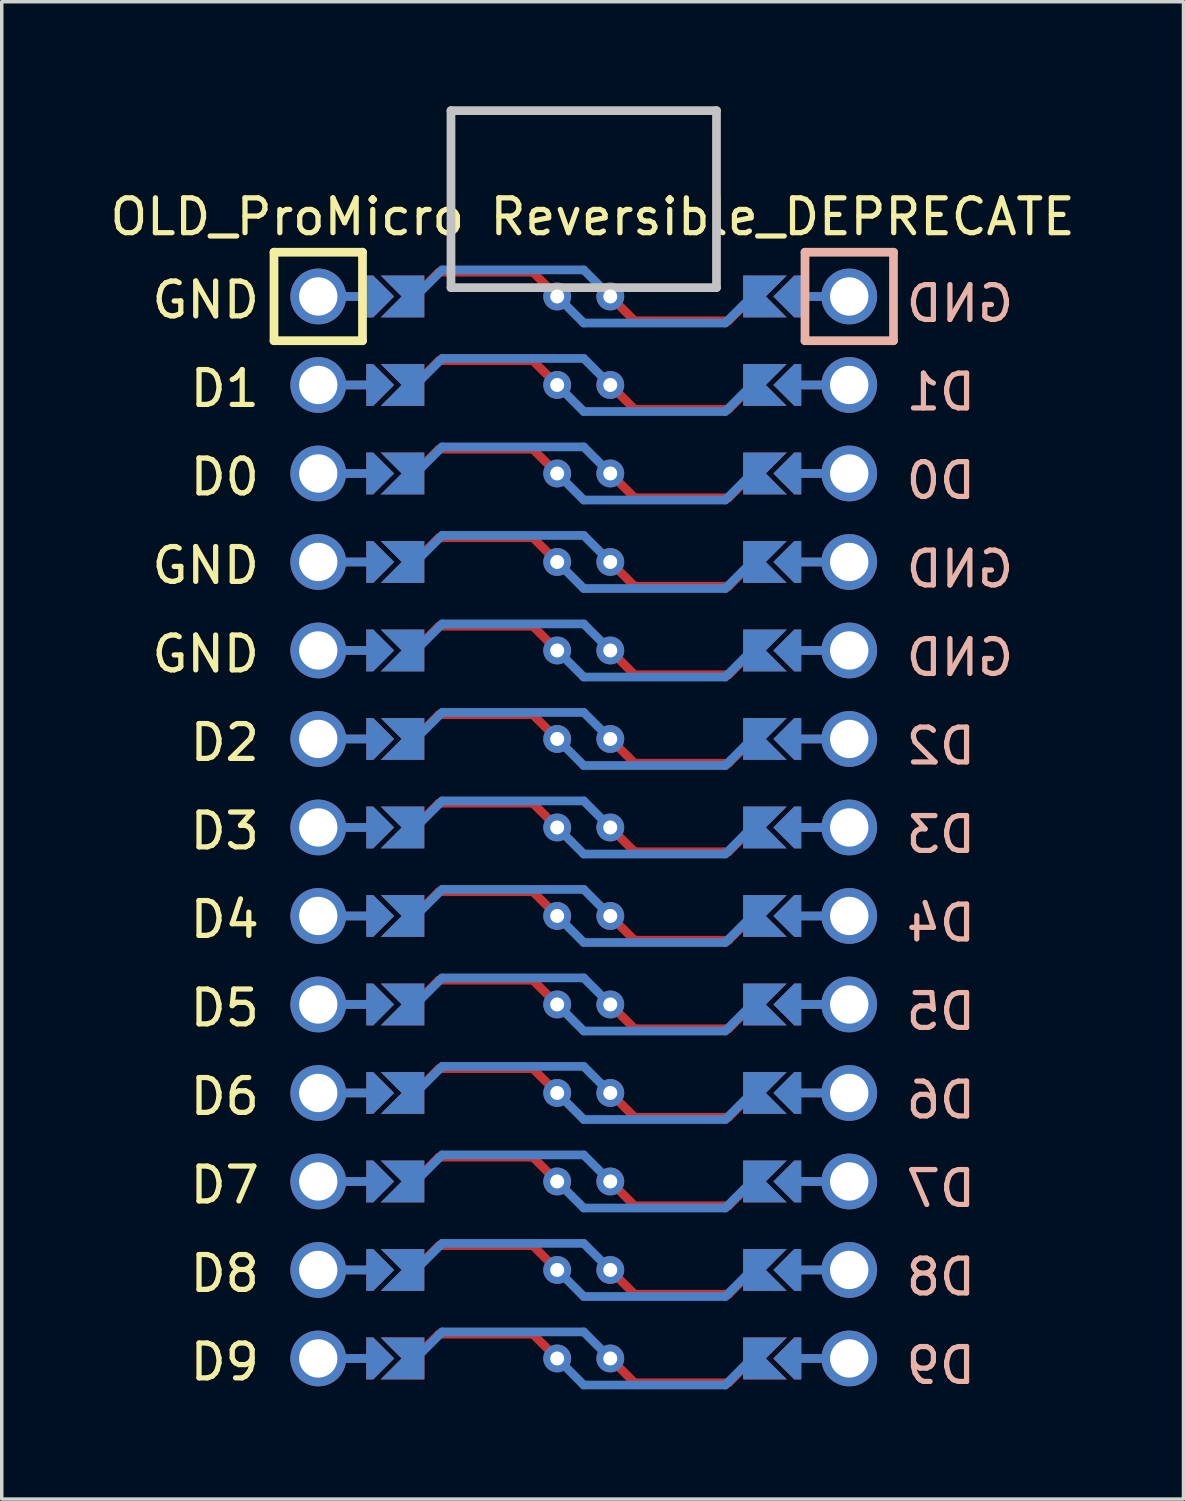
<source format=kicad_pcb>
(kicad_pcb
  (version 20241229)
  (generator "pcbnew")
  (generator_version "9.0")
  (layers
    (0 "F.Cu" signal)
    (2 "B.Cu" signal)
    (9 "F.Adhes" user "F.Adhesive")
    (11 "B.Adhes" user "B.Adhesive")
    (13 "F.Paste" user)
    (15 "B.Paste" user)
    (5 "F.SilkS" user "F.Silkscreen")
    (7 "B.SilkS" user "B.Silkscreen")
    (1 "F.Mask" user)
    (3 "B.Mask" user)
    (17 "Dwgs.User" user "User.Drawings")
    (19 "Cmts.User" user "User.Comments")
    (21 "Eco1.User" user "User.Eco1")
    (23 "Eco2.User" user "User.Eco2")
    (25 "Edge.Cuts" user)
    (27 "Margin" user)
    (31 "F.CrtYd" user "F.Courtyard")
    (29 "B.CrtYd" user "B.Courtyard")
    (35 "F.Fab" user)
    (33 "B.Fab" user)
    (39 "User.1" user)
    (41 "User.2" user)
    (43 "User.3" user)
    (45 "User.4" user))
  (footprint "OLD_ProMicro Reversible_DEPRECATE"
    (layer "F.Cu")
    (at 15.963 17.17)
    (property "Reference" "OLD_ProMicro Reversible_DEPRECATE" (at -2.005 -13.997 0) (layer "F.SilkS") (effects (font (size 1 1) (thickness 0.15))))
    (attr through_hole)
    (fp_line (start -6.418 -12.408) (end -7.115 -11.711) (stroke (width 0.25) (type default)) (layer "F.Cu"))
    (fp_line (start -6.418 -9.868) (end -7.115 -9.171) (stroke (width 0.25) (type default)) (layer "F.Cu"))
    (fp_line (start -6.418 -7.328) (end -7.115 -6.631) (stroke (width 0.25) (type default)) (layer "F.Cu"))
    (fp_line (start -6.418 -4.788) (end -7.115 -4.091) (stroke (width 0.25) (type default)) (layer "F.Cu"))
    (fp_line (start -6.418 -2.248) (end -7.115 -1.551) (stroke (width 0.25) (type default)) (layer "F.Cu"))
    (fp_line (start -6.418 0.292) (end -7.115 0.989) (stroke (width 0.25) (type default)) (layer "F.Cu"))
    (fp_line (start -6.418 2.832) (end -7.115 3.529) (stroke (width 0.25) (type default)) (layer "F.Cu"))
    (fp_line (start -6.418 5.372) (end -7.115 6.069) (stroke (width 0.25) (type default)) (layer "F.Cu"))
    (fp_line (start -6.418 7.912) (end -7.115 8.609) (stroke (width 0.25) (type default)) (layer "F.Cu"))
    (fp_line (start -6.418 10.452) (end -7.115 11.149) (stroke (width 0.25) (type default)) (layer "F.Cu"))
    (fp_line (start -6.418 12.992) (end -7.115 13.689) (stroke (width 0.25) (type default)) (layer "F.Cu"))
    (fp_line (start -6.418 15.532) (end -7.115 16.229) (stroke (width 0.25) (type default)) (layer "F.Cu"))
    (fp_line (start -6.418 18.072) (end -7.115 18.769) (stroke (width 0.25) (type default)) (layer "F.Cu"))
    (fp_line (start -3.718 -12.408) (end -6.418 -12.408) (stroke (width 0.25) (type default)) (layer "F.Cu"))
    (fp_line (start -3.718 -9.868) (end -6.418 -9.868) (stroke (width 0.25) (type default)) (layer "F.Cu"))
    (fp_line (start -3.718 -7.328) (end -6.418 -7.328) (stroke (width 0.25) (type default)) (layer "F.Cu"))
    (fp_line (start -3.718 -4.788) (end -6.418 -4.788) (stroke (width 0.25) (type default)) (layer "F.Cu"))
    (fp_line (start -3.718 -2.248) (end -6.418 -2.248) (stroke (width 0.25) (type default)) (layer "F.Cu"))
    (fp_line (start -3.718 0.292) (end -6.418 0.292) (stroke (width 0.25) (type default)) (layer "F.Cu"))
    (fp_line (start -3.718 2.832) (end -6.418 2.832) (stroke (width 0.25) (type default)) (layer "F.Cu"))
    (fp_line (start -3.718 5.372) (end -6.418 5.372) (stroke (width 0.25) (type default)) (layer "F.Cu"))
    (fp_line (start -3.718 7.912) (end -6.418 7.912) (stroke (width 0.25) (type default)) (layer "F.Cu"))
    (fp_line (start -3.718 10.452) (end -6.418 10.452) (stroke (width 0.25) (type default)) (layer "F.Cu"))
    (fp_line (start -3.718 12.992) (end -6.418 12.992) (stroke (width 0.25) (type default)) (layer "F.Cu"))
    (fp_line (start -3.718 15.532) (end -6.418 15.532) (stroke (width 0.25) (type default)) (layer "F.Cu"))
    (fp_line (start -3.718 18.072) (end -6.418 18.072) (stroke (width 0.25) (type default)) (layer "F.Cu"))
    (fp_line (start -3.021 -11.711) (end -3.718 -12.408) (stroke (width 0.25) (type default)) (layer "F.Cu"))
    (fp_line (start -3.021 -9.171) (end -3.718 -9.868) (stroke (width 0.25) (type default)) (layer "F.Cu"))
    (fp_line (start -3.021 -6.631) (end -3.718 -7.328) (stroke (width 0.25) (type default)) (layer "F.Cu"))
    (fp_line (start -3.021 -4.091) (end -3.718 -4.788) (stroke (width 0.25) (type default)) (layer "F.Cu"))
    (fp_line (start -3.021 -1.551) (end -3.718 -2.248) (stroke (width 0.25) (type default)) (layer "F.Cu"))
    (fp_line (start -3.021 0.989) (end -3.718 0.292) (stroke (width 0.25) (type default)) (layer "F.Cu"))
    (fp_line (start -3.021 3.529) (end -3.718 2.832) (stroke (width 0.25) (type default)) (layer "F.Cu"))
    (fp_line (start -3.021 6.069) (end -3.718 5.372) (stroke (width 0.25) (type default)) (layer "F.Cu"))
    (fp_line (start -3.021 8.609) (end -3.718 7.912) (stroke (width 0.25) (type default)) (layer "F.Cu"))
    (fp_line (start -3.021 11.149) (end -3.718 10.452) (stroke (width 0.25) (type default)) (layer "F.Cu"))
    (fp_line (start -3.021 13.689) (end -3.718 12.992) (stroke (width 0.25) (type default)) (layer "F.Cu"))
    (fp_line (start -3.021 16.229) (end -3.718 15.532) (stroke (width 0.25) (type default)) (layer "F.Cu"))
    (fp_line (start -3.021 18.769) (end -3.718 18.072) (stroke (width 0.25) (type default)) (layer "F.Cu"))
    (fp_line (start -1.497 -11.711) (end -0.8 -11.014) (stroke (width 0.25) (type default)) (layer "F.Cu"))
    (fp_line (start -1.497 -9.171) (end -0.8 -8.474) (stroke (width 0.25) (type default)) (layer "F.Cu"))
    (fp_line (start -1.497 -6.631) (end -0.8 -5.934) (stroke (width 0.25) (type default)) (layer "F.Cu"))
    (fp_line (start -1.497 -4.091) (end -0.8 -3.394) (stroke (width 0.25) (type default)) (layer "F.Cu"))
    (fp_line (start -1.497 -1.551) (end -0.8 -0.854) (stroke (width 0.25) (type default)) (layer "F.Cu"))
    (fp_line (start -1.497 0.989) (end -0.8 1.686) (stroke (width 0.25) (type default)) (layer "F.Cu"))
    (fp_line (start -1.497 3.529) (end -0.8 4.226) (stroke (width 0.25) (type default)) (layer "F.Cu"))
    (fp_line (start -1.497 6.069) (end -0.8 6.766) (stroke (width 0.25) (type default)) (layer "F.Cu"))
    (fp_line (start -1.497 8.609) (end -0.8 9.306) (stroke (width 0.25) (type default)) (layer "F.Cu"))
    (fp_line (start -1.497 11.149) (end -0.8 11.846) (stroke (width 0.25) (type default)) (layer "F.Cu"))
    (fp_line (start -1.497 13.689) (end -0.8 14.386) (stroke (width 0.25) (type default)) (layer "F.Cu"))
    (fp_line (start -1.497 16.229) (end -0.8 16.926) (stroke (width 0.25) (type default)) (layer "F.Cu"))
    (fp_line (start -1.497 18.769) (end -0.8 19.466) (stroke (width 0.25) (type default)) (layer "F.Cu"))
    (fp_line (start -0.8 -11.014) (end 1.9 -11.014) (stroke (width 0.25) (type default)) (layer "F.Cu"))
    (fp_line (start -0.8 -8.474) (end 1.9 -8.474) (stroke (width 0.25) (type default)) (layer "F.Cu"))
    (fp_line (start -0.8 -5.934) (end 1.9 -5.934) (stroke (width 0.25) (type default)) (layer "F.Cu"))
    (fp_line (start -0.8 -3.394) (end 1.9 -3.394) (stroke (width 0.25) (type default)) (layer "F.Cu"))
    (fp_line (start -0.8 -0.854) (end 1.9 -0.854) (stroke (width 0.25) (type default)) (layer "F.Cu"))
    (fp_line (start -0.8 1.686) (end 1.9 1.686) (stroke (width 0.25) (type default)) (layer "F.Cu"))
    (fp_line (start -0.8 4.226) (end 1.9 4.226) (stroke (width 0.25) (type default)) (layer "F.Cu"))
    (fp_line (start -0.8 6.766) (end 1.9 6.766) (stroke (width 0.25) (type default)) (layer "F.Cu"))
    (fp_line (start -0.8 9.306) (end 1.9 9.306) (stroke (width 0.25) (type default)) (layer "F.Cu"))
    (fp_line (start -0.8 11.846) (end 1.9 11.846) (stroke (width 0.25) (type default)) (layer "F.Cu"))
    (fp_line (start -0.8 14.386) (end 1.9 14.386) (stroke (width 0.25) (type default)) (layer "F.Cu"))
    (fp_line (start -0.8 16.926) (end 1.9 16.926) (stroke (width 0.25) (type default)) (layer "F.Cu"))
    (fp_line (start -0.8 19.466) (end 1.9 19.466) (stroke (width 0.25) (type default)) (layer "F.Cu"))
    (fp_line (start 1.9 -11.014) (end 2.597 -11.711) (stroke (width 0.25) (type default)) (layer "F.Cu"))
    (fp_line (start 1.9 -8.474) (end 2.597 -9.171) (stroke (width 0.25) (type default)) (layer "F.Cu"))
    (fp_line (start 1.9 -5.934) (end 2.597 -6.631) (stroke (width 0.25) (type default)) (layer "F.Cu"))
    (fp_line (start 1.9 -3.394) (end 2.597 -4.091) (stroke (width 0.25) (type default)) (layer "F.Cu"))
    (fp_line (start 1.9 -0.854) (end 2.597 -1.551) (stroke (width 0.25) (type default)) (layer "F.Cu"))
    (fp_line (start 1.9 1.686) (end 2.597 0.989) (stroke (width 0.25) (type default)) (layer "F.Cu"))
    (fp_line (start 1.9 4.226) (end 2.597 3.529) (stroke (width 0.25) (type default)) (layer "F.Cu"))
    (fp_line (start 1.9 6.766) (end 2.597 6.069) (stroke (width 0.25) (type default)) (layer "F.Cu"))
    (fp_line (start 1.9 9.306) (end 2.597 8.609) (stroke (width 0.25) (type default)) (layer "F.Cu"))
    (fp_line (start 1.9 11.846) (end 2.597 11.149) (stroke (width 0.25) (type default)) (layer "F.Cu"))
    (fp_line (start 1.9 14.386) (end 2.597 13.689) (stroke (width 0.25) (type default)) (layer "F.Cu"))
    (fp_line (start 1.9 16.926) (end 2.597 16.229) (stroke (width 0.25) (type default)) (layer "F.Cu"))
    (fp_line (start 1.9 19.466) (end 2.597 18.769) (stroke (width 0.25) (type default)) (layer "F.Cu"))
    (fp_circle (center -3.021 -6.631) (end -3.021 -6.506) (stroke (width 0.25) (type solid)) (fill no) (layer "F.Mask"))
    (fp_circle (center -3.021 -4.091) (end -3.021 -3.966) (stroke (width 0.25) (type solid)) (fill no) (layer "F.Mask"))
    (fp_circle (center -3.021 -1.551) (end -3.021 -1.426) (stroke (width 0.25) (type solid)) (fill no) (layer "F.Mask"))
    (fp_circle (center -3.021 0.989) (end -3.021 1.114) (stroke (width 0.25) (type solid)) (fill no) (layer "F.Mask"))
    (fp_circle (center -3.021 3.529) (end -3.021 3.654) (stroke (width 0.25) (type solid)) (fill no) (layer "F.Mask"))
    (fp_circle (center -3.021 6.069) (end -3.021 6.194) (stroke (width 0.25) (type solid)) (fill no) (layer "F.Mask"))
    (fp_circle (center -3.021 8.609) (end -3.021 8.734) (stroke (width 0.25) (type solid)) (fill no) (layer "F.Mask"))
    (fp_circle (center -3.021 11.149) (end -3.021 11.274) (stroke (width 0.25) (type solid)) (fill no) (layer "F.Mask"))
    (fp_circle (center -3.021 13.689) (end -3.021 13.814) (stroke (width 0.25) (type solid)) (fill no) (layer "F.Mask"))
    (fp_circle (center -3.021 16.229) (end -3.021 16.354) (stroke (width 0.25) (type solid)) (fill no) (layer "F.Mask"))
    (fp_circle (center -3.021 18.769) (end -3.021 18.894) (stroke (width 0.25) (type solid)) (fill no) (layer "F.Mask"))
    (fp_circle (center -1.497 -11.711) (end -1.497 -11.586) (stroke (width 0.25) (type solid)) (fill no) (layer "F.Mask"))
    (fp_circle (center -1.497 -9.171) (end -1.497 -9.046) (stroke (width 0.25) (type solid)) (fill no) (layer "F.Mask"))
    (fp_circle (center -1.497 -6.631) (end -1.497 -6.506) (stroke (width 0.25) (type solid)) (fill no) (layer "F.Mask"))
    (fp_circle (center -1.497 -4.091) (end -1.497 -3.966) (stroke (width 0.25) (type solid)) (fill no) (layer "F.Mask"))
    (fp_circle (center -1.497 -1.551) (end -1.497 -1.426) (stroke (width 0.25) (type solid)) (fill no) (layer "F.Mask"))
    (fp_circle (center -1.497 0.989) (end -1.497 1.114) (stroke (width 0.25) (type solid)) (fill no) (layer "F.Mask"))
    (fp_circle (center -1.497 3.529) (end -1.497 3.654) (stroke (width 0.25) (type solid)) (fill no) (layer "F.Mask"))
    (fp_circle (center -1.497 6.069) (end -1.497 6.194) (stroke (width 0.25) (type solid)) (fill no) (layer "F.Mask"))
    (fp_circle (center -1.497 8.609) (end -1.497 8.734) (stroke (width 0.25) (type solid)) (fill no) (layer "F.Mask"))
    (fp_circle (center -1.497 11.149) (end -1.497 11.274) (stroke (width 0.25) (type solid)) (fill no) (layer "F.Mask"))
    (fp_circle (center -1.497 13.689) (end -1.497 13.814) (stroke (width 0.25) (type solid)) (fill no) (layer "F.Mask"))
    (fp_circle (center -1.497 16.229) (end -1.497 16.354) (stroke (width 0.25) (type solid)) (fill no) (layer "F.Mask"))
    (fp_circle (center -1.497 18.769) (end -1.497 18.894) (stroke (width 0.25) (type solid)) (fill no) (layer "F.Mask"))
    (fp_poly (pts (xy -7.339 -12.219) (xy -7.339 -11.203) (xy -8.355 -11.203) (xy -8.355 -12.219)) (stroke (width 0.25) (type solid)) (fill yes) (layer "F.Mask"))
    (fp_poly (pts (xy -7.339 -9.679) (xy -7.339 -8.663) (xy -8.355 -8.663) (xy -8.355 -9.679)) (stroke (width 0.25) (type solid)) (fill yes) (layer "F.Mask"))
    (fp_poly (pts (xy -7.339 -7.139) (xy -7.339 -6.123) (xy -8.355 -6.123) (xy -8.355 -7.139)) (stroke (width 0.25) (type solid)) (fill yes) (layer "F.Mask"))
    (fp_poly (pts (xy -7.339 -4.599) (xy -7.339 -3.583) (xy -8.355 -3.583) (xy -8.355 -4.599)) (stroke (width 0.25) (type solid)) (fill yes) (layer "F.Mask"))
    (fp_poly (pts (xy -7.339 -2.059) (xy -7.339 -1.043) (xy -8.355 -1.043) (xy -8.355 -2.059)) (stroke (width 0.25) (type solid)) (fill yes) (layer "F.Mask"))
    (fp_poly (pts (xy -7.339 0.481) (xy -7.339 1.497) (xy -8.355 1.497) (xy -8.355 0.481)) (stroke (width 0.25) (type solid)) (fill yes) (layer "F.Mask"))
    (fp_poly (pts (xy -7.339 3.021) (xy -7.339 4.037) (xy -8.355 4.037) (xy -8.355 3.021)) (stroke (width 0.25) (type solid)) (fill yes) (layer "F.Mask"))
    (fp_poly (pts (xy -7.339 5.561) (xy -7.339 6.577) (xy -8.355 6.577) (xy -8.355 5.561)) (stroke (width 0.25) (type solid)) (fill yes) (layer "F.Mask"))
    (fp_poly (pts (xy -7.339 8.101) (xy -7.339 9.117) (xy -8.355 9.117) (xy -8.355 8.101)) (stroke (width 0.25) (type solid)) (fill yes) (layer "F.Mask"))
    (fp_poly (pts (xy -7.339 10.641) (xy -7.339 11.657) (xy -8.355 11.657) (xy -8.355 10.641)) (stroke (width 0.25) (type solid)) (fill yes) (layer "F.Mask"))
    (fp_poly (pts (xy -7.339 13.181) (xy -7.339 14.197) (xy -8.355 14.197) (xy -8.355 13.181)) (stroke (width 0.25) (type solid)) (fill yes) (layer "F.Mask"))
    (fp_poly (pts (xy -7.339 15.721) (xy -7.339 16.737) (xy -8.355 16.737) (xy -8.355 15.721)) (stroke (width 0.25) (type solid)) (fill yes) (layer "F.Mask"))
    (fp_poly (pts (xy -7.339 18.261) (xy -7.339 19.277) (xy -8.355 19.277) (xy -8.355 18.261)) (stroke (width 0.25) (type solid)) (fill yes) (layer "F.Mask"))
    (fp_poly (pts (xy -7.339 18.261) (xy -7.339 19.277) (xy -8.355 19.277) (xy -8.355 18.261)) (stroke (width 0.25) (type solid)) (fill yes) (layer "F.Mask"))
    (fp_poly (pts (xy 2.821 -11.203) (xy 2.821 -12.219) (xy 3.837 -12.219) (xy 3.837 -11.203)) (stroke (width 0.25) (type solid)) (fill yes) (layer "F.Mask"))
    (fp_poly (pts (xy 2.821 -8.663) (xy 2.821 -9.679) (xy 3.837 -9.679) (xy 3.837 -8.663)) (stroke (width 0.25) (type solid)) (fill yes) (layer "F.Mask"))
    (fp_poly (pts (xy 2.821 -6.123) (xy 2.821 -7.139) (xy 3.837 -7.139) (xy 3.837 -6.123)) (stroke (width 0.25) (type solid)) (fill yes) (layer "F.Mask"))
    (fp_poly (pts (xy 2.821 -3.583) (xy 2.821 -4.599) (xy 3.837 -4.599) (xy 3.837 -3.583)) (stroke (width 0.25) (type solid)) (fill yes) (layer "F.Mask"))
    (fp_poly (pts (xy 2.821 -1.043) (xy 2.821 -2.059) (xy 3.837 -2.059) (xy 3.837 -1.043)) (stroke (width 0.25) (type solid)) (fill yes) (layer "F.Mask"))
    (fp_poly (pts (xy 2.821 1.497) (xy 2.821 0.481) (xy 3.837 0.481) (xy 3.837 1.497)) (stroke (width 0.25) (type solid)) (fill yes) (layer "F.Mask"))
    (fp_poly (pts (xy 2.821 4.037) (xy 2.821 3.021) (xy 3.837 3.021) (xy 3.837 4.037)) (stroke (width 0.25) (type solid)) (fill yes) (layer "F.Mask"))
    (fp_poly (pts (xy 2.821 6.577) (xy 2.821 5.561) (xy 3.837 5.561) (xy 3.837 6.577)) (stroke (width 0.25) (type solid)) (fill yes) (layer "F.Mask"))
    (fp_poly (pts (xy 2.821 9.117) (xy 2.821 8.101) (xy 3.837 8.101) (xy 3.837 9.117)) (stroke (width 0.25) (type solid)) (fill yes) (layer "F.Mask"))
    (fp_poly (pts (xy 2.821 11.657) (xy 2.821 10.641) (xy 3.837 10.641) (xy 3.837 11.657)) (stroke (width 0.25) (type solid)) (fill yes) (layer "F.Mask"))
    (fp_poly (pts (xy 2.821 14.197) (xy 2.821 13.181) (xy 3.837 13.181) (xy 3.837 14.197)) (stroke (width 0.25) (type solid)) (fill yes) (layer "F.Mask"))
    (fp_poly (pts (xy 2.821 16.737) (xy 2.821 15.721) (xy 3.837 15.721) (xy 3.837 16.737)) (stroke (width 0.25) (type solid)) (fill yes) (layer "F.Mask"))
    (fp_poly (pts (xy 2.821 19.277) (xy 2.821 18.261) (xy 3.837 18.261) (xy 3.837 19.277)) (stroke (width 0.25) (type solid)) (fill yes) (layer "F.Mask"))
    (fp_poly (pts (xy 2.821 19.277) (xy 2.821 18.261) (xy 3.837 18.261) (xy 3.837 19.277)) (stroke (width 0.25) (type solid)) (fill yes) (layer "F.Mask"))
    (fp_line (start -7.085 -11.711) (end -6.323 -12.473) (stroke (width 0.25) (type default)) (layer "B.Cu"))
    (fp_line (start -7.085 -9.171) (end -6.323 -9.933) (stroke (width 0.25) (type default)) (layer "B.Cu"))
    (fp_line (start -7.085 -6.631) (end -6.323 -7.393) (stroke (width 0.25) (type default)) (layer "B.Cu"))
    (fp_line (start -7.085 -4.091) (end -6.323 -4.853) (stroke (width 0.25) (type default)) (layer "B.Cu"))
    (fp_line (start -7.085 -1.551) (end -6.323 -2.313) (stroke (width 0.25) (type default)) (layer "B.Cu"))
    (fp_line (start -7.085 0.989) (end -6.323 0.227) (stroke (width 0.25) (type default)) (layer "B.Cu"))
    (fp_line (start -7.085 3.529) (end -6.323 2.767) (stroke (width 0.25) (type default)) (layer "B.Cu"))
    (fp_line (start -7.085 6.069) (end -6.323 5.307) (stroke (width 0.25) (type default)) (layer "B.Cu"))
    (fp_line (start -7.085 8.609) (end -6.323 7.847) (stroke (width 0.25) (type default)) (layer "B.Cu"))
    (fp_line (start -7.085 11.149) (end -6.323 10.387) (stroke (width 0.25) (type default)) (layer "B.Cu"))
    (fp_line (start -7.085 13.689) (end -6.323 12.927) (stroke (width 0.25) (type default)) (layer "B.Cu"))
    (fp_line (start -7.085 16.229) (end -6.323 15.467) (stroke (width 0.25) (type default)) (layer "B.Cu"))
    (fp_line (start -7.085 18.769) (end -6.323 18.007) (stroke (width 0.25) (type default)) (layer "B.Cu"))
    (fp_line (start -6.323 -12.473) (end -2.259 -12.473) (stroke (width 0.25) (type default)) (layer "B.Cu"))
    (fp_line (start -6.323 -9.933) (end -2.259 -9.933) (stroke (width 0.25) (type default)) (layer "B.Cu"))
    (fp_line (start -6.323 -7.393) (end -2.259 -7.393) (stroke (width 0.25) (type default)) (layer "B.Cu"))
    (fp_line (start -6.323 -4.853) (end -2.259 -4.853) (stroke (width 0.25) (type default)) (layer "B.Cu"))
    (fp_line (start -6.323 -2.313) (end -2.259 -2.313) (stroke (width 0.25) (type default)) (layer "B.Cu"))
    (fp_line (start -6.323 0.227) (end -2.259 0.227) (stroke (width 0.25) (type default)) (layer "B.Cu"))
    (fp_line (start -6.323 2.767) (end -2.259 2.767) (stroke (width 0.25) (type default)) (layer "B.Cu"))
    (fp_line (start -6.323 5.307) (end -2.259 5.307) (stroke (width 0.25) (type default)) (layer "B.Cu"))
    (fp_line (start -6.323 7.847) (end -2.259 7.847) (stroke (width 0.25) (type default)) (layer "B.Cu"))
    (fp_line (start -6.323 10.387) (end -2.259 10.387) (stroke (width 0.25) (type default)) (layer "B.Cu"))
    (fp_line (start -6.323 12.927) (end -2.259 12.927) (stroke (width 0.25) (type default)) (layer "B.Cu"))
    (fp_line (start -6.323 15.467) (end -2.259 15.467) (stroke (width 0.25) (type default)) (layer "B.Cu"))
    (fp_line (start -6.323 18.007) (end -2.259 18.007) (stroke (width 0.25) (type default)) (layer "B.Cu"))
    (fp_line (start -2.259 -12.473) (end -1.497 -11.711) (stroke (width 0.25) (type default)) (layer "B.Cu"))
    (fp_line (start -2.259 -10.949) (end -3.021 -11.711) (stroke (width 0.25) (type default)) (layer "B.Cu"))
    (fp_line (start -2.259 -9.933) (end -1.497 -9.171) (stroke (width 0.25) (type default)) (layer "B.Cu"))
    (fp_line (start -2.259 -8.409) (end -3.021 -9.171) (stroke (width 0.25) (type default)) (layer "B.Cu"))
    (fp_line (start -2.259 -7.393) (end -1.497 -6.631) (stroke (width 0.25) (type default)) (layer "B.Cu"))
    (fp_line (start -2.259 -5.869) (end -3.021 -6.631) (stroke (width 0.25) (type default)) (layer "B.Cu"))
    (fp_line (start -2.259 -4.853) (end -1.497 -4.091) (stroke (width 0.25) (type default)) (layer "B.Cu"))
    (fp_line (start -2.259 -3.329) (end -3.021 -4.091) (stroke (width 0.25) (type default)) (layer "B.Cu"))
    (fp_line (start -2.259 -2.313) (end -1.497 -1.551) (stroke (width 0.25) (type default)) (layer "B.Cu"))
    (fp_line (start -2.259 -0.789) (end -3.021 -1.551) (stroke (width 0.25) (type default)) (layer "B.Cu"))
    (fp_line (start -2.259 0.227) (end -1.497 0.989) (stroke (width 0.25) (type default)) (layer "B.Cu"))
    (fp_line (start -2.259 1.751) (end -3.021 0.989) (stroke (width 0.25) (type default)) (layer "B.Cu"))
    (fp_line (start -2.259 2.767) (end -1.497 3.529) (stroke (width 0.25) (type default)) (layer "B.Cu"))
    (fp_line (start -2.259 4.291) (end -3.021 3.529) (stroke (width 0.25) (type default)) (layer "B.Cu"))
    (fp_line (start -2.259 5.307) (end -1.497 6.069) (stroke (width 0.25) (type default)) (layer "B.Cu"))
    (fp_line (start -2.259 6.831) (end -3.021 6.069) (stroke (width 0.25) (type default)) (layer "B.Cu"))
    (fp_line (start -2.259 7.847) (end -1.497 8.609) (stroke (width 0.25) (type default)) (layer "B.Cu"))
    (fp_line (start -2.259 9.371) (end -3.021 8.609) (stroke (width 0.25) (type default)) (layer "B.Cu"))
    (fp_line (start -2.259 10.387) (end -1.497 11.149) (stroke (width 0.25) (type default)) (layer "B.Cu"))
    (fp_line (start -2.259 11.911) (end -3.021 11.149) (stroke (width 0.25) (type default)) (layer "B.Cu"))
    (fp_line (start -2.259 12.927) (end -1.497 13.689) (stroke (width 0.25) (type default)) (layer "B.Cu"))
    (fp_line (start -2.259 14.451) (end -3.021 13.689) (stroke (width 0.25) (type default)) (layer "B.Cu"))
    (fp_line (start -2.259 15.467) (end -1.497 16.229) (stroke (width 0.25) (type default)) (layer "B.Cu"))
    (fp_line (start -2.259 16.991) (end -3.021 16.229) (stroke (width 0.25) (type default)) (layer "B.Cu"))
    (fp_line (start -2.259 18.007) (end -1.497 18.769) (stroke (width 0.25) (type default)) (layer "B.Cu"))
    (fp_line (start -2.259 19.531) (end -3.021 18.769) (stroke (width 0.25) (type default)) (layer "B.Cu"))
    (fp_line (start 1.805 -10.949) (end -2.259 -10.949) (stroke (width 0.25) (type default)) (layer "B.Cu"))
    (fp_line (start 1.805 -8.409) (end -2.259 -8.409) (stroke (width 0.25) (type default)) (layer "B.Cu"))
    (fp_line (start 1.805 -5.869) (end -2.259 -5.869) (stroke (width 0.25) (type default)) (layer "B.Cu"))
    (fp_line (start 1.805 -3.329) (end -2.259 -3.329) (stroke (width 0.25) (type default)) (layer "B.Cu"))
    (fp_line (start 1.805 -0.789) (end -2.259 -0.789) (stroke (width 0.25) (type default)) (layer "B.Cu"))
    (fp_line (start 1.805 1.751) (end -2.259 1.751) (stroke (width 0.25) (type default)) (layer "B.Cu"))
    (fp_line (start 1.805 4.291) (end -2.259 4.291) (stroke (width 0.25) (type default)) (layer "B.Cu"))
    (fp_line (start 1.805 6.831) (end -2.259 6.831) (stroke (width 0.25) (type default)) (layer "B.Cu"))
    (fp_line (start 1.805 9.371) (end -2.259 9.371) (stroke (width 0.25) (type default)) (layer "B.Cu"))
    (fp_line (start 1.805 11.911) (end -2.259 11.911) (stroke (width 0.25) (type default)) (layer "B.Cu"))
    (fp_line (start 1.805 14.451) (end -2.259 14.451) (stroke (width 0.25) (type default)) (layer "B.Cu"))
    (fp_line (start 1.805 16.991) (end -2.259 16.991) (stroke (width 0.25) (type default)) (layer "B.Cu"))
    (fp_line (start 1.805 19.531) (end -2.259 19.531) (stroke (width 0.25) (type default)) (layer "B.Cu"))
    (fp_line (start 2.567 -11.711) (end 1.805 -10.949) (stroke (width 0.25) (type default)) (layer "B.Cu"))
    (fp_line (start 2.567 -9.171) (end 1.805 -8.409) (stroke (width 0.25) (type default)) (layer "B.Cu"))
    (fp_line (start 2.567 -6.631) (end 1.805 -5.869) (stroke (width 0.25) (type default)) (layer "B.Cu"))
    (fp_line (start 2.567 -4.091) (end 1.805 -3.329) (stroke (width 0.25) (type default)) (layer "B.Cu"))
    (fp_line (start 2.567 -1.551) (end 1.805 -0.789) (stroke (width 0.25) (type default)) (layer "B.Cu"))
    (fp_line (start 2.567 0.989) (end 1.805 1.751) (stroke (width 0.25) (type default)) (layer "B.Cu"))
    (fp_line (start 2.567 3.529) (end 1.805 4.291) (stroke (width 0.25) (type default)) (layer "B.Cu"))
    (fp_line (start 2.567 6.069) (end 1.805 6.831) (stroke (width 0.25) (type default)) (layer "B.Cu"))
    (fp_line (start 2.567 8.609) (end 1.805 9.371) (stroke (width 0.25) (type default)) (layer "B.Cu"))
    (fp_line (start 2.567 11.149) (end 1.805 11.911) (stroke (width 0.25) (type default)) (layer "B.Cu"))
    (fp_line (start 2.567 13.689) (end 1.805 14.451) (stroke (width 0.25) (type default)) (layer "B.Cu"))
    (fp_line (start 2.567 16.229) (end 1.805 16.991) (stroke (width 0.25) (type default)) (layer "B.Cu"))
    (fp_line (start 2.567 18.769) (end 1.805 19.531) (stroke (width 0.25) (type default)) (layer "B.Cu"))
    (fp_circle (center -3.021 -11.711) (end -3.021 -11.586) (stroke (width 0.25) (type solid)) (fill no) (layer "B.Mask"))
    (fp_circle (center -3.021 -9.171) (end -3.021 -9.046) (stroke (width 0.25) (type solid)) (fill no) (layer "B.Mask"))
    (fp_circle (center -3.021 -6.631) (end -3.021 -6.506) (stroke (width 0.25) (type solid)) (fill no) (layer "B.Mask"))
    (fp_circle (center -3.021 -4.091) (end -3.021 -3.966) (stroke (width 0.25) (type solid)) (fill no) (layer "B.Mask"))
    (fp_circle (center -3.021 -1.551) (end -3.021 -1.426) (stroke (width 0.25) (type solid)) (fill no) (layer "B.Mask"))
    (fp_circle (center -3.021 0.989) (end -3.021 1.114) (stroke (width 0.25) (type solid)) (fill no) (layer "B.Mask"))
    (fp_circle (center -3.021 3.529) (end -3.021 3.654) (stroke (width 0.25) (type solid)) (fill no) (layer "B.Mask"))
    (fp_circle (center -3.021 6.069) (end -3.021 6.194) (stroke (width 0.25) (type solid)) (fill no) (layer "B.Mask"))
    (fp_circle (center -3.021 8.609) (end -3.021 8.734) (stroke (width 0.25) (type solid)) (fill no) (layer "B.Mask"))
    (fp_circle (center -3.021 11.149) (end -3.021 11.274) (stroke (width 0.25) (type solid)) (fill no) (layer "B.Mask"))
    (fp_circle (center -3.021 13.689) (end -3.021 13.814) (stroke (width 0.25) (type solid)) (fill no) (layer "B.Mask"))
    (fp_circle (center -3.021 16.229) (end -3.021 16.354) (stroke (width 0.25) (type solid)) (fill no) (layer "B.Mask"))
    (fp_circle (center -1.497 -11.711) (end -1.497 -11.586) (stroke (width 0.25) (type solid)) (fill no) (layer "B.Mask"))
    (fp_circle (center -1.497 -9.171) (end -1.497 -9.046) (stroke (width 0.25) (type solid)) (fill no) (layer "B.Mask"))
    (fp_circle (center -1.497 -6.631) (end -1.497 -6.506) (stroke (width 0.25) (type solid)) (fill no) (layer "B.Mask"))
    (fp_circle (center -1.497 -4.091) (end -1.497 -3.966) (stroke (width 0.25) (type solid)) (fill no) (layer "B.Mask"))
    (fp_circle (center -1.497 -1.551) (end -1.497 -1.426) (stroke (width 0.25) (type solid)) (fill no) (layer "B.Mask"))
    (fp_circle (center -1.497 0.989) (end -1.497 1.114) (stroke (width 0.25) (type solid)) (fill no) (layer "B.Mask"))
    (fp_circle (center -1.497 3.529) (end -1.497 3.654) (stroke (width 0.25) (type solid)) (fill no) (layer "B.Mask"))
    (fp_circle (center -1.497 6.069) (end -1.497 6.194) (stroke (width 0.25) (type solid)) (fill no) (layer "B.Mask"))
    (fp_circle (center -1.497 8.609) (end -1.497 8.734) (stroke (width 0.25) (type solid)) (fill no) (layer "B.Mask"))
    (fp_circle (center -1.497 11.149) (end -1.497 11.274) (stroke (width 0.25) (type solid)) (fill no) (layer "B.Mask"))
    (fp_circle (center -1.497 13.689) (end -1.497 13.814) (stroke (width 0.25) (type solid)) (fill no) (layer "B.Mask"))
    (fp_circle (center -1.497 16.229) (end -1.497 16.354) (stroke (width 0.25) (type solid)) (fill no) (layer "B.Mask"))
    (fp_poly (pts (xy -7.339 -12.219) (xy -7.339 -11.203) (xy -8.355 -11.203) (xy -8.355 -12.219)) (stroke (width 0.25) (type solid)) (fill yes) (layer "B.Mask"))
    (fp_poly (pts (xy -7.339 -9.679) (xy -7.339 -8.663) (xy -8.355 -8.663) (xy -8.355 -9.679)) (stroke (width 0.25) (type solid)) (fill yes) (layer "B.Mask"))
    (fp_poly (pts (xy -7.339 -7.139) (xy -7.339 -6.123) (xy -8.355 -6.123) (xy -8.355 -7.139)) (stroke (width 0.25) (type solid)) (fill yes) (layer "B.Mask"))
    (fp_poly (pts (xy -7.339 -4.599) (xy -7.339 -3.583) (xy -8.355 -3.583) (xy -8.355 -4.599)) (stroke (width 0.25) (type solid)) (fill yes) (layer "B.Mask"))
    (fp_poly (pts (xy -7.339 -2.059) (xy -7.339 -1.043) (xy -8.355 -1.043) (xy -8.355 -2.059)) (stroke (width 0.25) (type solid)) (fill yes) (layer "B.Mask"))
    (fp_poly (pts (xy -7.339 0.481) (xy -7.339 1.497) (xy -8.355 1.497) (xy -8.355 0.481)) (stroke (width 0.25) (type solid)) (fill yes) (layer "B.Mask"))
    (fp_poly (pts (xy -7.339 3.021) (xy -7.339 4.037) (xy -8.355 4.037) (xy -8.355 3.021)) (stroke (width 0.25) (type solid)) (fill yes) (layer "B.Mask"))
    (fp_poly (pts (xy -7.339 5.561) (xy -7.339 6.577) (xy -8.355 6.577) (xy -8.355 5.561)) (stroke (width 0.25) (type solid)) (fill yes) (layer "B.Mask"))
    (fp_poly (pts (xy -7.339 8.101) (xy -7.339 9.117) (xy -8.355 9.117) (xy -8.355 8.101)) (stroke (width 0.25) (type solid)) (fill yes) (layer "B.Mask"))
    (fp_poly (pts (xy -7.339 10.641) (xy -7.339 11.657) (xy -8.355 11.657) (xy -8.355 10.641)) (stroke (width 0.25) (type solid)) (fill yes) (layer "B.Mask"))
    (fp_poly (pts (xy -7.339 13.181) (xy -7.339 14.197) (xy -8.355 14.197) (xy -8.355 13.181)) (stroke (width 0.25) (type solid)) (fill yes) (layer "B.Mask"))
    (fp_poly (pts (xy -7.339 15.721) (xy -7.339 16.737) (xy -8.355 16.737) (xy -8.355 15.721)) (stroke (width 0.25) (type solid)) (fill yes) (layer "B.Mask"))
    (fp_poly (pts (xy 2.821 -11.203) (xy 2.821 -12.219) (xy 3.837 -12.219) (xy 3.837 -11.203)) (stroke (width 0.25) (type solid)) (fill yes) (layer "B.Mask"))
    (fp_poly (pts (xy 2.821 -8.663) (xy 2.821 -9.679) (xy 3.837 -9.679) (xy 3.837 -8.663)) (stroke (width 0.25) (type solid)) (fill yes) (layer "B.Mask"))
    (fp_poly (pts (xy 2.821 -6.123) (xy 2.821 -7.139) (xy 3.837 -7.139) (xy 3.837 -6.123)) (stroke (width 0.25) (type solid)) (fill yes) (layer "B.Mask"))
    (fp_poly (pts (xy 2.821 -3.583) (xy 2.821 -4.599) (xy 3.837 -4.599) (xy 3.837 -3.583)) (stroke (width 0.25) (type solid)) (fill yes) (layer "B.Mask"))
    (fp_poly (pts (xy 2.821 -1.043) (xy 2.821 -2.059) (xy 3.837 -2.059) (xy 3.837 -1.043)) (stroke (width 0.25) (type solid)) (fill yes) (layer "B.Mask"))
    (fp_poly (pts (xy 2.821 1.497) (xy 2.821 0.481) (xy 3.837 0.481) (xy 3.837 1.497)) (stroke (width 0.25) (type solid)) (fill yes) (layer "B.Mask"))
    (fp_poly (pts (xy 2.821 4.037) (xy 2.821 3.021) (xy 3.837 3.021) (xy 3.837 4.037)) (stroke (width 0.25) (type solid)) (fill yes) (layer "B.Mask"))
    (fp_poly (pts (xy 2.821 6.577) (xy 2.821 5.561) (xy 3.837 5.561) (xy 3.837 6.577)) (stroke (width 0.25) (type solid)) (fill yes) (layer "B.Mask"))
    (fp_poly (pts (xy 2.821 9.117) (xy 2.821 8.101) (xy 3.837 8.101) (xy 3.837 9.117)) (stroke (width 0.25) (type solid)) (fill yes) (layer "B.Mask"))
    (fp_poly (pts (xy 2.821 11.657) (xy 2.821 10.641) (xy 3.837 10.641) (xy 3.837 11.657)) (stroke (width 0.25) (type solid)) (fill yes) (layer "B.Mask"))
    (fp_poly (pts (xy 2.821 14.197) (xy 2.821 13.181) (xy 3.837 13.181) (xy 3.837 14.197)) (stroke (width 0.25) (type solid)) (fill yes) (layer "B.Mask"))
    (fp_poly (pts (xy 2.821 16.737) (xy 2.821 15.721) (xy 3.837 15.721) (xy 3.837 16.737)) (stroke (width 0.25) (type solid)) (fill yes) (layer "B.Mask"))
    (fp_line (start -11.149 -10.441) (end -11.149 -12.981) (stroke (width 0.25) (type solid)) (layer "F.SilkS"))
    (fp_line (start -8.609 -12.981) (end -11.149 -12.981) (stroke (width 0.25) (type solid)) (layer "F.SilkS"))
    (fp_line (start -8.609 -12.981) (end -8.609 -10.441) (stroke (width 0.25) (type solid)) (layer "F.SilkS"))
    (fp_line (start -8.609 -10.441) (end -11.149 -10.441) (stroke (width 0.25) (type solid)) (layer "F.SilkS"))
    (fp_line (start 4.091 -12.981) (end 4.091 -10.441) (stroke (width 0.25) (type solid)) (layer "B.SilkS"))
    (fp_line (start 4.091 -12.981) (end 6.631 -12.981) (stroke (width 0.25) (type solid)) (layer "B.SilkS"))
    (fp_line (start 4.091 -10.441) (end 6.631 -10.441) (stroke (width 0.25) (type solid)) (layer "B.SilkS"))
    (fp_line (start 6.631 -10.441) (end 6.631 -12.981) (stroke (width 0.25) (type solid)) (layer "B.SilkS"))
    (fp_line (start -6.069 -17.045) (end 1.551 -17.045) (stroke (width 0.25) (type solid)) (layer "Dwgs.User"))
    (fp_line (start -6.069 -11.965) (end -6.069 -17.045) (stroke (width 0.25) (type solid)) (layer "Dwgs.User"))
    (fp_line (start 1.551 -17.045) (end 1.551 -11.965) (stroke (width 0.25) (type solid)) (layer "Dwgs.User"))
    (fp_line (start 1.551 -11.965) (end -6.069 -11.965) (stroke (width 0.25) (type solid)) (layer "Dwgs.User"))
    (fp_text user "D6" (at -13.637 11.836 0) (unlocked yes) (layer "F.SilkS") (effects (font (size 1 1) (thickness 0.15)) (justify left bottom)))
    (fp_text user "D3" (at -13.637 4.216 0) (unlocked yes) (layer "F.SilkS") (effects (font (size 1 1) (thickness 0.15)) (justify left bottom)))
    (fp_text user "D1" (at -13.637 -8.483 0) (unlocked yes) (layer "F.SilkS") (effects (font (size 1 1) (thickness 0.15)) (justify left bottom)))
    (fp_text user "D4" (at -13.637 6.756 0) (unlocked yes) (layer "F.SilkS") (effects (font (size 1 1) (thickness 0.15)) (justify left bottom)))
    (fp_text user "D9" (at -13.637 19.456 0) (unlocked yes) (layer "F.SilkS") (effects (font (size 1 1) (thickness 0.15)) (justify left bottom)))
    (fp_text user "GND" (at -14.732 -3.404 0) (unlocked yes) (layer "F.SilkS") (effects (font (size 1 1) (thickness 0.15)) (justify left bottom)))
    (fp_text user "D2" (at -13.637 1.677 0) (unlocked yes) (layer "F.SilkS") (effects (font (size 1 1) (thickness 0.15)) (justify left bottom)))
    (fp_text user "D0" (at -13.637 -5.944 0) (unlocked yes) (layer "F.SilkS") (effects (font (size 1 1) (thickness 0.15)) (justify left bottom)))
    (fp_text user "GND" (at -14.732 -0.864 0) (unlocked yes) (layer "F.SilkS") (effects (font (size 1 1) (thickness 0.15)) (justify left bottom)))
    (fp_text user "GND" (at -14.732 -11.024 0) (unlocked yes) (layer "F.SilkS") (effects (font (size 1 1) (thickness 0.15)) (justify left bottom)))
    (fp_text user "D8" (at -13.637 16.916 0) (unlocked yes) (layer "F.SilkS") (effects (font (size 1 1) (thickness 0.15)) (justify left bottom)))
    (fp_text user "D5" (at -13.637 9.296 0) (unlocked yes) (layer "F.SilkS") (effects (font (size 1 1) (thickness 0.15)) (justify left bottom)))
    (fp_text user "D7" (at -13.637 14.377 0) (unlocked yes) (layer "F.SilkS") (effects (font (size 1 1) (thickness 0.15)) (justify left bottom)))
    (fp_text user "GND" (at 10.16 -3.302 0) (unlocked yes) (layer "B.SilkS") (effects (font (size 1 1) (thickness 0.15)) (justify left bottom mirror)))
    (fp_text user "D9" (at 9.065 19.558 0) (unlocked yes) (layer "B.SilkS") (effects (font (size 1 1) (thickness 0.15)) (justify left bottom mirror)))
    (fp_text user "GND" (at 10.16 -0.762 0) (unlocked yes) (layer "B.SilkS") (effects (font (size 1 1) (thickness 0.15)) (justify left bottom mirror)))
    (fp_text user "D4" (at 9.065 6.858 0) (unlocked yes) (layer "B.SilkS") (effects (font (size 1 1) (thickness 0.15)) (justify left bottom mirror)))
    (fp_text user "D2" (at 9.065 1.778 0) (unlocked yes) (layer "B.SilkS") (effects (font (size 1 1) (thickness 0.15)) (justify left bottom mirror)))
    (fp_text user "D8" (at 9.065 17.018 0) (unlocked yes) (layer "B.SilkS") (effects (font (size 1 1) (thickness 0.15)) (justify left bottom mirror)))
    (fp_text user "D5" (at 9.065 9.398 0) (unlocked yes) (layer "B.SilkS") (effects (font (size 1 1) (thickness 0.15)) (justify left bottom mirror)))
    (fp_text user "D1" (at 9.065 -8.382 0) (unlocked yes) (layer "B.SilkS") (effects (font (size 1 1) (thickness 0.15)) (justify left bottom mirror)))
    (fp_text user "D0" (at 9.065 -5.842 0) (unlocked yes) (layer "B.SilkS") (effects (font (size 1 1) (thickness 0.15)) (justify left bottom mirror)))
    (fp_text user "D6" (at 9.065 11.938 0) (unlocked yes) (layer "B.SilkS") (effects (font (size 1 1) (thickness 0.15)) (justify left bottom mirror)))
    (fp_text user "GND" (at 10.16 -10.922 0) (unlocked yes) (layer "B.SilkS") (effects (font (size 1 1) (thickness 0.15)) (justify left bottom mirror)))
    (fp_text user "D7" (at 9.065 14.478 0) (unlocked yes) (layer "B.SilkS") (effects (font (size 1 1) (thickness 0.15)) (justify left bottom mirror)))
    (fp_text user "D3" (at 9.065 4.318 0) (unlocked yes) (layer "B.SilkS") (effects (font (size 1 1) (thickness 0.15)) (justify left bottom mirror)))
    (pad "" thru_hole circle (at -9.879 -11.711 270) (size 1.6 1.6) (drill 1.1) (layers "*.Cu" "*.Mask"))
    (pad "" thru_hole circle (at -9.879 -9.171 270) (size 1.6 1.6) (drill 1.1) (layers "*.Cu" "*.Mask"))
    (pad "" thru_hole circle (at -9.879 -6.631 270) (size 1.6 1.6) (drill 1.1) (layers "*.Cu" "*.Mask"))
    (pad "" thru_hole circle (at -9.879 -4.091 270) (size 1.6 1.6) (drill 1.1) (layers "*.Cu" "*.Mask"))
    (pad "" thru_hole circle (at -9.879 -1.551 270) (size 1.6 1.6) (drill 1.1) (layers "*.Cu" "*.Mask"))
    (pad "" thru_hole circle (at -9.879 0.989 270) (size 1.6 1.6) (drill 1.1) (layers "*.Cu" "*.Mask"))
    (pad "" thru_hole circle (at -9.879 3.529 270) (size 1.6 1.6) (drill 1.1) (layers "*.Cu" "*.Mask"))
    (pad "" thru_hole circle (at -9.879 6.069 270) (size 1.6 1.6) (drill 1.1) (layers "*.Cu" "*.Mask"))
    (pad "" thru_hole circle (at -9.879 8.609 270) (size 1.6 1.6) (drill 1.1) (layers "*.Cu" "*.Mask"))
    (pad "" thru_hole circle (at -9.879 11.149 270) (size 1.6 1.6) (drill 1.1) (layers "*.Cu" "*.Mask"))
    (pad "" thru_hole circle (at -9.879 13.689 270) (size 1.6 1.6) (drill 1.1) (layers "*.Cu" "*.Mask"))
    (pad "" thru_hole circle (at -9.879 16.229 270) (size 1.6 1.6) (drill 1.1) (layers "*.Cu" "*.Mask"))
    (pad "" thru_hole circle (at -9.879 18.769 270) (size 1.6 1.6) (drill 1.1) (layers "*.Cu" "*.Mask"))
    (pad "" smd custom (at -8.609 -11.711 90) (size 0.25 1) (layers "F.Cu") (options (anchor rect)) (primitives))
    (pad "" smd custom (at -8.609 -11.711 90) (size 0.25 1) (layers "B.Cu") (options (anchor rect)) (primitives))
    (pad "" smd custom (at -8.609 -9.171 90) (size 0.25 1) (layers "F.Cu") (options (anchor rect)) (primitives))
    (pad "" smd custom (at -8.609 -9.171 90) (size 0.25 1) (layers "B.Cu") (options (anchor rect)) (primitives))
    (pad "" smd custom (at -8.609 -6.631 90) (size 0.25 1) (layers "F.Cu") (options (anchor rect)) (primitives))
    (pad "" smd custom (at -8.609 -6.631 90) (size 0.25 1) (layers "B.Cu") (options (anchor rect)) (primitives))
    (pad "" smd custom (at -8.609 -4.091 90) (size 0.25 1) (layers "F.Cu") (options (anchor rect)) (primitives))
    (pad "" smd custom (at -8.609 -4.091 90) (size 0.25 1) (layers "B.Cu") (options (anchor rect)) (primitives))
    (pad "" smd custom (at -8.609 -1.551 90) (size 0.25 1) (layers "F.Cu") (options (anchor rect)) (primitives))
    (pad "" smd custom (at -8.609 -1.551 90) (size 0.25 1) (layers "B.Cu") (options (anchor rect)) (primitives))
    (pad "" smd custom (at -8.609 0.989 90) (size 0.25 1) (layers "F.Cu") (options (anchor rect)) (primitives))
    (pad "" smd custom (at -8.609 0.989 90) (size 0.25 1) (layers "B.Cu") (options (anchor rect)) (primitives))
    (pad "" smd custom (at -8.609 3.529 90) (size 0.25 1) (layers "F.Cu") (options (anchor rect)) (primitives))
    (pad "" smd custom (at -8.609 3.529 90) (size 0.25 1) (layers "B.Cu") (options (anchor rect)) (primitives))
    (pad "" smd custom (at -8.609 6.069 90) (size 0.25 1) (layers "F.Cu") (options (anchor rect)) (primitives))
    (pad "" smd custom (at -8.609 6.069 90) (size 0.25 1) (layers "B.Cu") (options (anchor rect)) (primitives))
    (pad "" smd custom (at -8.609 8.609 90) (size 0.25 1) (layers "F.Cu") (options (anchor rect)) (primitives))
    (pad "" smd custom (at -8.609 8.609 90) (size 0.25 1) (layers "B.Cu") (options (anchor rect)) (primitives))
    (pad "" smd custom (at -8.609 11.149 90) (size 0.25 1) (layers "F.Cu") (options (anchor rect)) (primitives))
    (pad "" smd custom (at -8.609 11.149 90) (size 0.25 1) (layers "B.Cu") (options (anchor rect)) (primitives))
    (pad "" smd custom (at -8.609 13.689 90) (size 0.25 1) (layers "F.Cu") (options (anchor rect)) (primitives))
    (pad "" smd custom (at -8.609 13.689 90) (size 0.25 1) (layers "B.Cu") (options (anchor rect)) (primitives))
    (pad "" smd custom (at -8.609 16.229 90) (size 0.25 1) (layers "F.Cu") (options (anchor rect)) (primitives))
    (pad "" smd custom (at -8.609 16.229 90) (size 0.25 1) (layers "B.Cu") (options (anchor rect)) (primitives))
    (pad "" smd custom (at -8.609 18.769 90) (size 0.25 1) (layers "F.Cu") (options (anchor rect)) (primitives))
    (pad "" smd custom (at -8.609 18.769 90) (size 0.25 1) (layers "B.Cu") (options (anchor rect)) (primitives))
    (pad "" smd custom (at -8.101 -11.711 90) (size 0.1 0.1) (layers "F.Cu" "F.Mask") (options (anchor rect)) (primitives (gr_poly (pts (xy 0.6 -0.4) (xy -0.6 -0.4) (xy -0.6 -0.2) (xy 0 0.4) (xy 0.6 -0.2)) (width 0) (fill yes))))
    (pad "" smd custom (at -8.101 -11.711 90) (size 0.1 0.1) (layers "B.Cu" "B.Mask") (options (anchor rect)) (primitives (gr_poly (pts (xy 0.6 -0.4) (xy -0.6 -0.4) (xy -0.6 -0.2) (xy 0 0.4) (xy 0.6 -0.2)) (width 0) (fill yes))))
    (pad "" smd custom (at -8.101 -9.171 90) (size 0.1 0.1) (layers "F.Cu" "F.Mask") (options (anchor rect)) (primitives (gr_poly (pts (xy 0.6 -0.4) (xy -0.6 -0.4) (xy -0.6 -0.2) (xy 0 0.4) (xy 0.6 -0.2)) (width 0) (fill yes))))
    (pad "" smd custom (at -8.101 -9.171 90) (size 0.1 0.1) (layers "B.Cu" "B.Mask") (options (anchor rect)) (primitives (gr_poly (pts (xy 0.6 -0.4) (xy -0.6 -0.4) (xy -0.6 -0.2) (xy 0 0.4) (xy 0.6 -0.2)) (width 0) (fill yes))))
    (pad "" smd custom (at -8.101 -6.631 90) (size 0.1 0.1) (layers "F.Cu" "F.Mask") (options (anchor rect)) (primitives (gr_poly (pts (xy 0.6 -0.4) (xy -0.6 -0.4) (xy -0.6 -0.2) (xy 0 0.4) (xy 0.6 -0.2)) (width 0) (fill yes))))
    (pad "" smd custom (at -8.101 -6.631 90) (size 0.1 0.1) (layers "B.Cu" "B.Mask") (options (anchor rect)) (primitives (gr_poly (pts (xy 0.6 -0.4) (xy -0.6 -0.4) (xy -0.6 -0.2) (xy 0 0.4) (xy 0.6 -0.2)) (width 0) (fill yes))))
    (pad "" smd custom (at -8.101 -4.091 90) (size 0.1 0.1) (layers "F.Cu" "F.Mask") (options (anchor rect)) (primitives (gr_poly (pts (xy 0.6 -0.4) (xy -0.6 -0.4) (xy -0.6 -0.2) (xy 0 0.4) (xy 0.6 -0.2)) (width 0) (fill yes))))
    (pad "" smd custom (at -8.101 -4.091 90) (size 0.1 0.1) (layers "B.Cu" "B.Mask") (options (anchor rect)) (primitives (gr_poly (pts (xy 0.6 -0.4) (xy -0.6 -0.4) (xy -0.6 -0.2) (xy 0 0.4) (xy 0.6 -0.2)) (width 0) (fill yes))))
    (pad "" smd custom (at -8.101 -1.551 90) (size 0.1 0.1) (layers "F.Cu" "F.Mask") (options (anchor rect)) (primitives (gr_poly (pts (xy 0.6 -0.4) (xy -0.6 -0.4) (xy -0.6 -0.2) (xy 0 0.4) (xy 0.6 -0.2)) (width 0) (fill yes))))
    (pad "" smd custom (at -8.101 -1.551 90) (size 0.1 0.1) (layers "B.Cu" "B.Mask") (options (anchor rect)) (primitives (gr_poly (pts (xy 0.6 -0.4) (xy -0.6 -0.4) (xy -0.6 -0.2) (xy 0 0.4) (xy 0.6 -0.2)) (width 0) (fill yes))))
    (pad "" smd custom (at -8.101 0.989 90) (size 0.1 0.1) (layers "F.Cu" "F.Mask") (options (anchor rect)) (primitives (gr_poly (pts (xy 0.6 -0.4) (xy -0.6 -0.4) (xy -0.6 -0.2) (xy 0 0.4) (xy 0.6 -0.2)) (width 0) (fill yes))))
    (pad "" smd custom (at -8.101 0.989 90) (size 0.1 0.1) (layers "B.Cu" "B.Mask") (options (anchor rect)) (primitives (gr_poly (pts (xy 0.6 -0.4) (xy -0.6 -0.4) (xy -0.6 -0.2) (xy 0 0.4) (xy 0.6 -0.2)) (width 0) (fill yes))))
    (pad "" smd custom (at -8.101 3.529 90) (size 0.1 0.1) (layers "F.Cu" "F.Mask") (options (anchor rect)) (primitives (gr_poly (pts (xy 0.6 -0.4) (xy -0.6 -0.4) (xy -0.6 -0.2) (xy 0 0.4) (xy 0.6 -0.2)) (width 0) (fill yes))))
    (pad "" smd custom (at -8.101 3.529 90) (size 0.1 0.1) (layers "B.Cu" "B.Mask") (options (anchor rect)) (primitives (gr_poly (pts (xy 0.6 -0.4) (xy -0.6 -0.4) (xy -0.6 -0.2) (xy 0 0.4) (xy 0.6 -0.2)) (width 0) (fill yes))))
    (pad "" smd custom (at -8.101 6.069 90) (size 0.1 0.1) (layers "F.Cu" "F.Mask") (options (anchor rect)) (primitives (gr_poly (pts (xy 0.6 -0.4) (xy -0.6 -0.4) (xy -0.6 -0.2) (xy 0 0.4) (xy 0.6 -0.2)) (width 0) (fill yes))))
    (pad "" smd custom (at -8.101 6.069 90) (size 0.1 0.1) (layers "B.Cu" "B.Mask") (options (anchor rect)) (primitives (gr_poly (pts (xy 0.6 -0.4) (xy -0.6 -0.4) (xy -0.6 -0.2) (xy 0 0.4) (xy 0.6 -0.2)) (width 0) (fill yes))))
    (pad "" smd custom (at -8.101 8.609 90) (size 0.1 0.1) (layers "F.Cu" "F.Mask") (options (anchor rect)) (primitives (gr_poly (pts (xy 0.6 -0.4) (xy -0.6 -0.4) (xy -0.6 -0.2) (xy 0 0.4) (xy 0.6 -0.2)) (width 0) (fill yes))))
    (pad "" smd custom (at -8.101 8.609 90) (size 0.1 0.1) (layers "B.Cu" "B.Mask") (options (anchor rect)) (primitives (gr_poly (pts (xy 0.6 -0.4) (xy -0.6 -0.4) (xy -0.6 -0.2) (xy 0 0.4) (xy 0.6 -0.2)) (width 0) (fill yes))))
    (pad "" smd custom (at -8.101 11.149 90) (size 0.1 0.1) (layers "F.Cu" "F.Mask") (options (anchor rect)) (primitives (gr_poly (pts (xy 0.6 -0.4) (xy -0.6 -0.4) (xy -0.6 -0.2) (xy 0 0.4) (xy 0.6 -0.2)) (width 0) (fill yes))))
    (pad "" smd custom (at -8.101 11.149 90) (size 0.1 0.1) (layers "B.Cu" "B.Mask") (options (anchor rect)) (primitives (gr_poly (pts (xy 0.6 -0.4) (xy -0.6 -0.4) (xy -0.6 -0.2) (xy 0 0.4) (xy 0.6 -0.2)) (width 0) (fill yes))))
    (pad "" smd custom (at -8.101 13.689 90) (size 0.1 0.1) (layers "F.Cu" "F.Mask") (options (anchor rect)) (primitives (gr_poly (pts (xy 0.6 -0.4) (xy -0.6 -0.4) (xy -0.6 -0.2) (xy 0 0.4) (xy 0.6 -0.2)) (width 0) (fill yes))))
    (pad "" smd custom (at -8.101 13.689 90) (size 0.1 0.1) (layers "B.Cu" "B.Mask") (options (anchor rect)) (primitives (gr_poly (pts (xy 0.6 -0.4) (xy -0.6 -0.4) (xy -0.6 -0.2) (xy 0 0.4) (xy 0.6 -0.2)) (width 0) (fill yes))))
    (pad "" smd custom (at -8.101 16.229 90) (size 0.1 0.1) (layers "F.Cu" "F.Mask") (options (anchor rect)) (primitives (gr_poly (pts (xy 0.6 -0.4) (xy -0.6 -0.4) (xy -0.6 -0.2) (xy 0 0.4) (xy 0.6 -0.2)) (width 0) (fill yes))))
    (pad "" smd custom (at -8.101 16.229 90) (size 0.1 0.1) (layers "B.Cu" "B.Mask") (options (anchor rect)) (primitives (gr_poly (pts (xy 0.6 -0.4) (xy -0.6 -0.4) (xy -0.6 -0.2) (xy 0 0.4) (xy 0.6 -0.2)) (width 0) (fill yes))))
    (pad "" smd custom (at -8.101 18.769 90) (size 0.1 0.1) (layers "F.Cu" "F.Mask") (options (anchor rect)) (primitives (gr_poly (pts (xy 0.6 -0.4) (xy -0.6 -0.4) (xy -0.6 -0.2) (xy 0 0.4) (xy 0.6 -0.2)) (width 0) (fill yes))))
    (pad "" smd custom (at -8.101 18.769 90) (size 0.1 0.1) (layers "F.Cu" "F.Mask") (options (anchor rect)) (primitives (gr_poly (pts (xy 0.6 -0.4) (xy -0.6 -0.4) (xy -0.6 -0.2) (xy 0 0.4) (xy 0.6 -0.2)) (width 0) (fill yes))))
    (pad "" smd custom (at -8.101 18.769 90) (size 0.1 0.1) (layers "B.Cu" "B.Mask") (options (anchor rect)) (primitives (gr_poly (pts (xy 0.6 -0.4) (xy -0.6 -0.4) (xy -0.6 -0.2) (xy 0 0.4) (xy 0.6 -0.2)) (width 0) (fill yes))))
    (pad "" smd custom (at 3.583 -11.711 270) (size 0.1 0.1) (layers "F.Cu" "F.Mask") (options (anchor rect)) (primitives (gr_poly (pts (xy 0.6 -0.4) (xy -0.6 -0.4) (xy -0.6 -0.2) (xy 0 0.4) (xy 0.6 -0.2)) (width 0) (fill yes))))
    (pad "" smd custom (at 3.583 -11.711 270) (size 0.1 0.1) (layers "B.Cu" "B.Mask") (options (anchor rect)) (primitives (gr_poly (pts (xy 0.6 -0.4) (xy -0.6 -0.4) (xy -0.6 -0.2) (xy 0 0.4) (xy 0.6 -0.2)) (width 0) (fill yes))))
    (pad "" smd custom (at 3.583 -9.171 270) (size 0.1 0.1) (layers "F.Cu" "F.Mask") (options (anchor rect)) (primitives (gr_poly (pts (xy 0.6 -0.4) (xy -0.6 -0.4) (xy -0.6 -0.2) (xy 0 0.4) (xy 0.6 -0.2)) (width 0) (fill yes))))
    (pad "" smd custom (at 3.583 -9.171 270) (size 0.1 0.1) (layers "B.Cu" "B.Mask") (options (anchor rect)) (primitives (gr_poly (pts (xy 0.6 -0.4) (xy -0.6 -0.4) (xy -0.6 -0.2) (xy 0 0.4) (xy 0.6 -0.2)) (width 0) (fill yes))))
    (pad "" smd custom (at 3.583 -6.631 270) (size 0.1 0.1) (layers "F.Cu" "F.Mask") (options (anchor rect)) (primitives (gr_poly (pts (xy 0.6 -0.4) (xy -0.6 -0.4) (xy -0.6 -0.2) (xy 0 0.4) (xy 0.6 -0.2)) (width 0) (fill yes))))
    (pad "" smd custom (at 3.583 -6.631 270) (size 0.1 0.1) (layers "B.Cu" "B.Mask") (options (anchor rect)) (primitives (gr_poly (pts (xy 0.6 -0.4) (xy -0.6 -0.4) (xy -0.6 -0.2) (xy 0 0.4) (xy 0.6 -0.2)) (width 0) (fill yes))))
    (pad "" smd custom (at 3.583 -4.091 270) (size 0.1 0.1) (layers "F.Cu" "F.Mask") (options (anchor rect)) (primitives (gr_poly (pts (xy 0.6 -0.4) (xy -0.6 -0.4) (xy -0.6 -0.2) (xy 0 0.4) (xy 0.6 -0.2)) (width 0) (fill yes))))
    (pad "" smd custom (at 3.583 -4.091 270) (size 0.1 0.1) (layers "B.Cu" "B.Mask") (options (anchor rect)) (primitives (gr_poly (pts (xy 0.6 -0.4) (xy -0.6 -0.4) (xy -0.6 -0.2) (xy 0 0.4) (xy 0.6 -0.2)) (width 0) (fill yes))))
    (pad "" smd custom (at 3.583 -1.551 270) (size 0.1 0.1) (layers "F.Cu" "F.Mask") (options (anchor rect)) (primitives (gr_poly (pts (xy 0.6 -0.4) (xy -0.6 -0.4) (xy -0.6 -0.2) (xy 0 0.4) (xy 0.6 -0.2)) (width 0) (fill yes))))
    (pad "" smd custom (at 3.583 -1.551 270) (size 0.1 0.1) (layers "B.Cu" "B.Mask") (options (anchor rect)) (primitives (gr_poly (pts (xy 0.6 -0.4) (xy -0.6 -0.4) (xy -0.6 -0.2) (xy 0 0.4) (xy 0.6 -0.2)) (width 0) (fill yes))))
    (pad "" smd custom (at 3.583 0.989 270) (size 0.1 0.1) (layers "F.Cu" "F.Mask") (options (anchor rect)) (primitives (gr_poly (pts (xy 0.6 -0.4) (xy -0.6 -0.4) (xy -0.6 -0.2) (xy 0 0.4) (xy 0.6 -0.2)) (width 0) (fill yes))))
    (pad "" smd custom (at 3.583 0.989 270) (size 0.1 0.1) (layers "B.Cu" "B.Mask") (options (anchor rect)) (primitives (gr_poly (pts (xy 0.6 -0.4) (xy -0.6 -0.4) (xy -0.6 -0.2) (xy 0 0.4) (xy 0.6 -0.2)) (width 0) (fill yes))))
    (pad "" smd custom (at 3.583 3.529 270) (size 0.1 0.1) (layers "F.Cu" "F.Mask") (options (anchor rect)) (primitives (gr_poly (pts (xy 0.6 -0.4) (xy -0.6 -0.4) (xy -0.6 -0.2) (xy 0 0.4) (xy 0.6 -0.2)) (width 0) (fill yes))))
    (pad "" smd custom (at 3.583 3.529 270) (size 0.1 0.1) (layers "B.Cu" "B.Mask") (options (anchor rect)) (primitives (gr_poly (pts (xy 0.6 -0.4) (xy -0.6 -0.4) (xy -0.6 -0.2) (xy 0 0.4) (xy 0.6 -0.2)) (width 0) (fill yes))))
    (pad "" smd custom (at 3.583 6.069 270) (size 0.1 0.1) (layers "F.Cu" "F.Mask") (options (anchor rect)) (primitives (gr_poly (pts (xy 0.6 -0.4) (xy -0.6 -0.4) (xy -0.6 -0.2) (xy 0 0.4) (xy 0.6 -0.2)) (width 0) (fill yes))))
    (pad "" smd custom (at 3.583 6.069 270) (size 0.1 0.1) (layers "B.Cu" "B.Mask") (options (anchor rect)) (primitives (gr_poly (pts (xy 0.6 -0.4) (xy -0.6 -0.4) (xy -0.6 -0.2) (xy 0 0.4) (xy 0.6 -0.2)) (width 0) (fill yes))))
    (pad "" smd custom (at 3.583 8.609 270) (size 0.1 0.1) (layers "F.Cu" "F.Mask") (options (anchor rect)) (primitives (gr_poly (pts (xy 0.6 -0.4) (xy -0.6 -0.4) (xy -0.6 -0.2) (xy 0 0.4) (xy 0.6 -0.2)) (width 0) (fill yes))))
    (pad "" smd custom (at 3.583 8.609 270) (size 0.1 0.1) (layers "B.Cu" "B.Mask") (options (anchor rect)) (primitives (gr_poly (pts (xy 0.6 -0.4) (xy -0.6 -0.4) (xy -0.6 -0.2) (xy 0 0.4) (xy 0.6 -0.2)) (width 0) (fill yes))))
    (pad "" smd custom (at 3.583 11.149 270) (size 0.1 0.1) (layers "F.Cu" "F.Mask") (options (anchor rect)) (primitives (gr_poly (pts (xy 0.6 -0.4) (xy -0.6 -0.4) (xy -0.6 -0.2) (xy 0 0.4) (xy 0.6 -0.2)) (width 0) (fill yes))))
    (pad "" smd custom (at 3.583 11.149 270) (size 0.1 0.1) (layers "B.Cu" "B.Mask") (options (anchor rect)) (primitives (gr_poly (pts (xy 0.6 -0.4) (xy -0.6 -0.4) (xy -0.6 -0.2) (xy 0 0.4) (xy 0.6 -0.2)) (width 0) (fill yes))))
    (pad "" smd custom (at 3.583 13.689 270) (size 0.1 0.1) (layers "F.Cu" "F.Mask") (options (anchor rect)) (primitives (gr_poly (pts (xy 0.6 -0.4) (xy -0.6 -0.4) (xy -0.6 -0.2) (xy 0 0.4) (xy 0.6 -0.2)) (width 0) (fill yes))))
    (pad "" smd custom (at 3.583 13.689 270) (size 0.1 0.1) (layers "B.Cu" "B.Mask") (options (anchor rect)) (primitives (gr_poly (pts (xy 0.6 -0.4) (xy -0.6 -0.4) (xy -0.6 -0.2) (xy 0 0.4) (xy 0.6 -0.2)) (width 0) (fill yes))))
    (pad "" smd custom (at 3.583 16.229 270) (size 0.1 0.1) (layers "F.Cu" "F.Mask") (options (anchor rect)) (primitives (gr_poly (pts (xy 0.6 -0.4) (xy -0.6 -0.4) (xy -0.6 -0.2) (xy 0 0.4) (xy 0.6 -0.2)) (width 0) (fill yes))))
    (pad "" smd custom (at 3.583 16.229 270) (size 0.1 0.1) (layers "B.Cu" "B.Mask") (options (anchor rect)) (primitives (gr_poly (pts (xy 0.6 -0.4) (xy -0.6 -0.4) (xy -0.6 -0.2) (xy 0 0.4) (xy 0.6 -0.2)) (width 0) (fill yes))))
    (pad "" smd custom (at 3.583 18.769 270) (size 0.1 0.1) (layers "F.Cu" "F.Mask") (options (anchor rect)) (primitives (gr_poly (pts (xy 0.6 -0.4) (xy -0.6 -0.4) (xy -0.6 -0.2) (xy 0 0.4) (xy 0.6 -0.2)) (width 0) (fill yes))))
    (pad "" smd custom (at 3.583 18.769 270) (size 0.1 0.1) (layers "F.Cu" "F.Mask") (options (anchor rect)) (primitives (gr_poly (pts (xy 0.6 -0.4) (xy -0.6 -0.4) (xy -0.6 -0.2) (xy 0 0.4) (xy 0.6 -0.2)) (width 0) (fill yes))))
    (pad "" smd custom (at 3.583 18.769 270) (size 0.1 0.1) (layers "B.Cu" "B.Mask") (options (anchor rect)) (primitives (gr_poly (pts (xy 0.6 -0.4) (xy -0.6 -0.4) (xy -0.6 -0.2) (xy 0 0.4) (xy 0.6 -0.2)) (width 0) (fill yes))))
    (pad "" smd custom (at 4.091 -11.711 270) (size 0.25 1) (layers "F.Cu") (options (anchor rect)) (primitives))
    (pad "" smd custom (at 4.091 -11.711 270) (size 0.25 1) (layers "B.Cu") (options (anchor rect)) (primitives))
    (pad "" smd custom (at 4.091 -9.171 270) (size 0.25 1) (layers "F.Cu") (options (anchor rect)) (primitives))
    (pad "" smd custom (at 4.091 -9.171 270) (size 0.25 1) (layers "B.Cu") (options (anchor rect)) (primitives))
    (pad "" smd custom (at 4.091 -6.631 270) (size 0.25 1) (layers "F.Cu") (options (anchor rect)) (primitives))
    (pad "" smd custom (at 4.091 -6.631 270) (size 0.25 1) (layers "B.Cu") (options (anchor rect)) (primitives))
    (pad "" smd custom (at 4.091 -4.091 270) (size 0.25 1) (layers "F.Cu") (options (anchor rect)) (primitives))
    (pad "" smd custom (at 4.091 -4.091 270) (size 0.25 1) (layers "B.Cu") (options (anchor rect)) (primitives))
    (pad "" smd custom (at 4.091 -1.551 270) (size 0.25 1) (layers "F.Cu") (options (anchor rect)) (primitives))
    (pad "" smd custom (at 4.091 -1.551 270) (size 0.25 1) (layers "B.Cu") (options (anchor rect)) (primitives))
    (pad "" smd custom (at 4.091 0.989 270) (size 0.25 1) (layers "F.Cu") (options (anchor rect)) (primitives))
    (pad "" smd custom (at 4.091 0.989 270) (size 0.25 1) (layers "B.Cu") (options (anchor rect)) (primitives))
    (pad "" smd custom (at 4.091 3.529 270) (size 0.25 1) (layers "F.Cu") (options (anchor rect)) (primitives))
    (pad "" smd custom (at 4.091 3.529 270) (size 0.25 1) (layers "B.Cu") (options (anchor rect)) (primitives))
    (pad "" smd custom (at 4.091 6.069 270) (size 0.25 1) (layers "F.Cu") (options (anchor rect)) (primitives))
    (pad "" smd custom (at 4.091 6.069 270) (size 0.25 1) (layers "B.Cu") (options (anchor rect)) (primitives))
    (pad "" smd custom (at 4.091 8.609 270) (size 0.25 1) (layers "F.Cu") (options (anchor rect)) (primitives))
    (pad "" smd custom (at 4.091 8.609 270) (size 0.25 1) (layers "B.Cu") (options (anchor rect)) (primitives))
    (pad "" smd custom (at 4.091 11.149 270) (size 0.25 1) (layers "F.Cu") (options (anchor rect)) (primitives))
    (pad "" smd custom (at 4.091 11.149 270) (size 0.25 1) (layers "B.Cu") (options (anchor rect)) (primitives))
    (pad "" smd custom (at 4.091 13.689 270) (size 0.25 1) (layers "F.Cu") (options (anchor rect)) (primitives))
    (pad "" smd custom (at 4.091 13.689 270) (size 0.25 1) (layers "B.Cu") (options (anchor rect)) (primitives))
    (pad "" smd custom (at 4.091 16.229 270) (size 0.25 1) (layers "F.Cu") (options (anchor rect)) (primitives))
    (pad "" smd custom (at 4.091 16.229 270) (size 0.25 1) (layers "B.Cu") (options (anchor rect)) (primitives))
    (pad "" smd custom (at 4.091 18.769 270) (size 0.25 1) (layers "F.Cu") (options (anchor rect)) (primitives))
    (pad "" smd custom (at 4.091 18.769 270) (size 0.25 1) (layers "B.Cu") (options (anchor rect)) (primitives))
    (pad "" thru_hole circle (at 5.361 -11.711 270) (size 1.6 1.6) (drill 1.1) (layers "*.Cu" "*.Mask"))
    (pad "" thru_hole circle (at 5.361 -9.171 270) (size 1.6 1.6) (drill 1.1) (layers "*.Cu" "*.Mask"))
    (pad "" thru_hole circle (at 5.361 -6.631 270) (size 1.6 1.6) (drill 1.1) (layers "*.Cu" "*.Mask"))
    (pad "" thru_hole circle (at 5.361 -4.091 270) (size 1.6 1.6) (drill 1.1) (layers "*.Cu" "*.Mask"))
    (pad "" thru_hole circle (at 5.361 -1.551 270) (size 1.6 1.6) (drill 1.1) (layers "*.Cu" "*.Mask"))
    (pad "" thru_hole circle (at 5.361 0.989 270) (size 1.6 1.6) (drill 1.1) (layers "*.Cu" "*.Mask"))
    (pad "" thru_hole circle (at 5.361 3.529 270) (size 1.6 1.6) (drill 1.1) (layers "*.Cu" "*.Mask"))
    (pad "" thru_hole circle (at 5.361 6.069 270) (size 1.6 1.6) (drill 1.1) (layers "*.Cu" "*.Mask"))
    (pad "" thru_hole circle (at 5.361 8.609 270) (size 1.6 1.6) (drill 1.1) (layers "*.Cu" "*.Mask"))
    (pad "" thru_hole circle (at 5.361 11.149 270) (size 1.6 1.6) (drill 1.1) (layers "*.Cu" "*.Mask"))
    (pad "" thru_hole circle (at 5.361 13.689 270) (size 1.6 1.6) (drill 1.1) (layers "*.Cu" "*.Mask"))
    (pad "" thru_hole circle (at 5.361 16.229 270) (size 1.6 1.6) (drill 1.1) (layers "*.Cu" "*.Mask"))
    (pad "" thru_hole circle (at 5.361 18.769 270) (size 1.6 1.6) (drill 1.1) (layers "*.Cu" "*.Mask"))
    (pad "1" smd custom (at -7.085 -11.711 90) (size 1.2 0.5) (layers "B.Cu" "B.Mask") (options (anchor rect)) (primitives (gr_poly (pts (xy 0.6 0) (xy -0.6 0) (xy -0.6 -1) (xy 0 -0.4) (xy 0.6 -1)) (width 0) (fill yes))))
    (pad "1" smd custom (at -7.085 18.769 90) (size 1.2 0.5) (layers "F.Cu" "F.Mask") (options (anchor rect)) (primitives (gr_poly (pts (xy 0.6 0) (xy -0.6 0) (xy -0.6 -1) (xy 0 -0.4) (xy 0.6 -1)) (width 0) (fill yes))))
    (pad "1" thru_hole circle (at -1.497 -11.711 90) (size 0.8 0.8) (drill 0.4) (layers "*.Cu"))
    (pad "1" smd custom (at 2.567 -11.711 270) (size 1.2 0.5) (layers "F.Cu" "F.Mask") (options (anchor rect)) (primitives (gr_poly (pts (xy 0.6 0) (xy -0.6 0) (xy -0.6 -1) (xy 0 -0.4) (xy 0.6 -1)) (width 0) (fill yes))))
    (pad "1" smd custom (at 2.567 -9.171 270) (size 1.2 0.5) (layers "F.Cu" "F.Mask") (options (anchor rect)) (primitives (gr_poly (pts (xy 0.6 0) (xy -0.6 0) (xy -0.6 -1) (xy 0 -0.4) (xy 0.6 -1)) (width 0) (fill yes))))
    (pad "1" smd custom (at 2.567 -6.631 270) (size 1.2 0.5) (layers "F.Cu" "F.Mask") (options (anchor rect)) (primitives (gr_poly (pts (xy 0.6 0) (xy -0.6 0) (xy -0.6 -1) (xy 0 -0.4) (xy 0.6 -1)) (width 0) (fill yes))))
    (pad "2" smd custom (at -7.085 -9.171 90) (size 1.2 0.5) (layers "B.Cu" "B.Mask") (options (anchor rect)) (primitives (gr_poly (pts (xy 0.6 0) (xy -0.6 0) (xy -0.6 -1) (xy 0 -0.4) (xy 0.6 -1)) (width 0) (fill yes))))
    (pad "2" thru_hole circle (at -1.497 -9.171 90) (size 0.8 0.8) (drill 0.4) (layers "*.Cu"))
    (pad "2" smd custom (at 2.567 -4.091 270) (size 1.2 0.5) (layers "F.Cu" "F.Mask") (options (anchor rect)) (primitives (gr_poly (pts (xy 0.6 0) (xy -0.6 0) (xy -0.6 -1) (xy 0 -0.4) (xy 0.6 -1)) (width 0) (fill yes))))
    (pad "3" smd custom (at -7.085 -6.631 90) (size 1.2 0.5) (layers "B.Cu" "B.Mask") (options (anchor rect)) (primitives (gr_poly (pts (xy 0.6 0) (xy -0.6 0) (xy -0.6 -1) (xy 0 -0.4) (xy 0.6 -1)) (width 0) (fill yes))))
    (pad "3" thru_hole circle (at -1.497 -6.631 90) (size 0.8 0.8) (drill 0.4) (layers "*.Cu"))
    (pad "3" smd custom (at 2.567 -1.551 270) (size 1.2 0.5) (layers "F.Cu" "F.Mask") (options (anchor rect)) (primitives (gr_poly (pts (xy 0.6 0) (xy -0.6 0) (xy -0.6 -1) (xy 0 -0.4) (xy 0.6 -1)) (width 0) (fill yes))))
    (pad "4" smd custom (at -7.085 -4.091 90) (size 1.2 0.5) (layers "B.Cu" "B.Mask") (options (anchor rect)) (primitives (gr_poly (pts (xy 0.6 0) (xy -0.6 0) (xy -0.6 -1) (xy 0 -0.4) (xy 0.6 -1)) (width 0) (fill yes))))
    (pad "4" thru_hole circle (at -1.497 -4.091 90) (size 0.8 0.8) (drill 0.4) (layers "*.Cu"))
    (pad "4" smd custom (at 2.567 0.989 270) (size 1.2 0.5) (layers "F.Cu" "F.Mask") (options (anchor rect)) (primitives (gr_poly (pts (xy 0.6 0) (xy -0.6 0) (xy -0.6 -1) (xy 0 -0.4) (xy 0.6 -1)) (width 0) (fill yes))))
    (pad "5" smd custom (at -7.085 -1.551 90) (size 1.2 0.5) (layers "B.Cu" "B.Mask") (options (anchor rect)) (primitives (gr_poly (pts (xy 0.6 0) (xy -0.6 0) (xy -0.6 -1) (xy 0 -0.4) (xy 0.6 -1)) (width 0) (fill yes))))
    (pad "5" thru_hole circle (at -1.497 -1.551 90) (size 0.8 0.8) (drill 0.4) (layers "*.Cu"))
    (pad "5" smd custom (at 2.567 3.529 270) (size 1.2 0.5) (layers "F.Cu" "F.Mask") (options (anchor rect)) (primitives (gr_poly (pts (xy 0.6 0) (xy -0.6 0) (xy -0.6 -1) (xy 0 -0.4) (xy 0.6 -1)) (width 0) (fill yes))))
    (pad "6" smd custom (at -7.085 0.989 90) (size 1.2 0.5) (layers "B.Cu" "B.Mask") (options (anchor rect)) (primitives (gr_poly (pts (xy 0.6 0) (xy -0.6 0) (xy -0.6 -1) (xy 0 -0.4) (xy 0.6 -1)) (width 0) (fill yes))))
    (pad "6" thru_hole circle (at -1.497 0.989 90) (size 0.8 0.8) (drill 0.4) (layers "*.Cu"))
    (pad "6" smd custom (at 2.567 6.069 270) (size 1.2 0.5) (layers "F.Cu" "F.Mask") (options (anchor rect)) (primitives (gr_poly (pts (xy 0.6 0) (xy -0.6 0) (xy -0.6 -1) (xy 0 -0.4) (xy 0.6 -1)) (width 0) (fill yes))))
    (pad "7" smd custom (at -7.085 3.529 90) (size 1.2 0.5) (layers "B.Cu" "B.Mask") (options (anchor rect)) (primitives (gr_poly (pts (xy 0.6 0) (xy -0.6 0) (xy -0.6 -1) (xy 0 -0.4) (xy 0.6 -1)) (width 0) (fill yes))))
    (pad "7" thru_hole circle (at -1.497 3.529 90) (size 0.8 0.8) (drill 0.4) (layers "*.Cu"))
    (pad "7" smd custom (at 2.567 8.609 270) (size 1.2 0.5) (layers "F.Cu" "F.Mask") (options (anchor rect)) (primitives (gr_poly (pts (xy 0.6 0) (xy -0.6 0) (xy -0.6 -1) (xy 0 -0.4) (xy 0.6 -1)) (width 0) (fill yes))))
    (pad "8" smd custom (at -7.085 6.069 90) (size 1.2 0.5) (layers "B.Cu" "B.Mask") (options (anchor rect)) (primitives (gr_poly (pts (xy 0.6 0) (xy -0.6 0) (xy -0.6 -1) (xy 0 -0.4) (xy 0.6 -1)) (width 0) (fill yes))))
    (pad "8" thru_hole circle (at -1.497 6.069 90) (size 0.8 0.8) (drill 0.4) (layers "*.Cu"))
    (pad "8" smd custom (at 2.567 11.149 270) (size 1.2 0.5) (layers "F.Cu" "F.Mask") (options (anchor rect)) (primitives (gr_poly (pts (xy 0.6 0) (xy -0.6 0) (xy -0.6 -1) (xy 0 -0.4) (xy 0.6 -1)) (width 0) (fill yes))))
    (pad "9" smd custom (at -7.085 8.609 90) (size 1.2 0.5) (layers "B.Cu" "B.Mask") (options (anchor rect)) (primitives (gr_poly (pts (xy 0.6 0) (xy -0.6 0) (xy -0.6 -1) (xy 0 -0.4) (xy 0.6 -1)) (width 0) (fill yes))))
    (pad "9" thru_hole circle (at -1.497 8.609 90) (size 0.8 0.8) (drill 0.4) (layers "*.Cu"))
    (pad "9" smd custom (at 2.567 13.689 270) (size 1.2 0.5) (layers "F.Cu" "F.Mask") (options (anchor rect)) (primitives (gr_poly (pts (xy 0.6 0) (xy -0.6 0) (xy -0.6 -1) (xy 0 -0.4) (xy 0.6 -1)) (width 0) (fill yes))))
    (pad "10" smd custom (at -7.085 11.149 90) (size 1.2 0.5) (layers "B.Cu" "B.Mask") (options (anchor rect)) (primitives (gr_poly (pts (xy 0.6 0) (xy -0.6 0) (xy -0.6 -1) (xy 0 -0.4) (xy 0.6 -1)) (width 0) (fill yes))))
    (pad "10" thru_hole circle (at -1.497 11.149 90) (size 0.8 0.8) (drill 0.4) (layers "*.Cu"))
    (pad "10" smd custom (at 2.567 16.229 270) (size 1.2 0.5) (layers "F.Cu" "F.Mask") (options (anchor rect)) (primitives (gr_poly (pts (xy 0.6 0) (xy -0.6 0) (xy -0.6 -1) (xy 0 -0.4) (xy 0.6 -1)) (width 0) (fill yes))))
    (pad "11" smd custom (at -7.085 13.689 90) (size 1.2 0.5) (layers "B.Cu" "B.Mask") (options (anchor rect)) (primitives (gr_poly (pts (xy 0.6 0) (xy -0.6 0) (xy -0.6 -1) (xy 0 -0.4) (xy 0.6 -1)) (width 0) (fill yes))))
    (pad "11" thru_hole circle (at -1.497 13.689 90) (size 0.8 0.8) (drill 0.4) (layers "*.Cu"))
    (pad "11" smd custom (at 2.567 18.769 270) (size 1.2 0.5) (layers "F.Cu" "F.Mask") (options (anchor rect)) (primitives (gr_poly (pts (xy 0.6 0) (xy -0.6 0) (xy -0.6 -1) (xy 0 -0.4) (xy 0.6 -1)) (width 0) (fill yes))))
    (pad "12" smd custom (at -7.085 16.229 90) (size 1.2 0.5) (layers "B.Cu" "B.Mask") (options (anchor rect)) (primitives (gr_poly (pts (xy 0.6 0) (xy -0.6 0) (xy -0.6 -1) (xy 0 -0.4) (xy 0.6 -1)) (width 0) (fill yes))))
    (pad "12" thru_hole circle (at -1.497 16.229 90) (size 0.8 0.8) (drill 0.4) (layers "*.Cu"))
    (pad "13" smd custom (at -7.085 18.769 90) (size 1.2 0.5) (layers "B.Cu" "B.Mask") (options (anchor rect)) (primitives (gr_poly (pts (xy 0.6 0) (xy -0.6 0) (xy -0.6 -1) (xy 0 -0.4) (xy 0.6 -1)) (width 0) (fill yes))))
    (pad "13" thru_hole circle (at -1.497 18.769 90) (size 0.8 0.8) (drill 0.4) (layers "*.Cu"))
    (pad "13" smd custom (at 2.567 18.769 270) (size 1.2 0.5) (layers "F.Cu" "F.Mask") (options (anchor rect)) (primitives (gr_poly (pts (xy 0.6 0) (xy -0.6 0) (xy -0.6 -1) (xy 0 -0.4) (xy 0.6 -1)) (width 0) (fill yes))))
    (pad "14" smd custom (at -7.085 18.769 90) (size 1.2 0.5) (layers "F.Cu" "F.Mask") (options (anchor rect)) (primitives (gr_poly (pts (xy 0.6 0) (xy -0.6 0) (xy -0.6 -1) (xy 0 -0.4) (xy 0.6 -1)) (width 0) (fill yes))))
    (pad "14" thru_hole circle (at -3.021 18.769 90) (size 0.8 0.8) (drill 0.4) (layers "*.Cu"))
    (pad "14" smd custom (at 2.567 18.769 270) (size 1.2 0.5) (layers "B.Cu" "B.Mask") (options (anchor rect)) (primitives (gr_poly (pts (xy 0.6 0) (xy -0.6 0) (xy -0.6 -1) (xy 0 -0.4) (xy 0.6 -1)) (width 0) (fill yes))))
    (pad "15" smd custom (at -7.085 16.229 90) (size 1.2 0.5) (layers "F.Cu" "F.Mask") (options (anchor rect)) (primitives (gr_poly (pts (xy 0.6 0) (xy -0.6 0) (xy -0.6 -1) (xy 0 -0.4) (xy 0.6 -1)) (width 0) (fill yes))))
    (pad "15" thru_hole circle (at -3.021 16.229 90) (size 0.8 0.8) (drill 0.4) (layers "*.Cu"))
    (pad "15" smd custom (at 2.567 16.229 270) (size 1.2 0.5) (layers "B.Cu" "B.Mask") (options (anchor rect)) (primitives (gr_poly (pts (xy 0.6 0) (xy -0.6 0) (xy -0.6 -1) (xy 0 -0.4) (xy 0.6 -1)) (width 0) (fill yes))))
    (pad "16" smd custom (at -7.085 13.689 90) (size 1.2 0.5) (layers "F.Cu" "F.Mask") (options (anchor rect)) (primitives (gr_poly (pts (xy 0.6 0) (xy -0.6 0) (xy -0.6 -1) (xy 0 -0.4) (xy 0.6 -1)) (width 0) (fill yes))))
    (pad "16" thru_hole circle (at -3.021 13.689 90) (size 0.8 0.8) (drill 0.4) (layers "*.Cu"))
    (pad "16" smd custom (at 2.567 13.689 270) (size 1.2 0.5) (layers "B.Cu" "B.Mask") (options (anchor rect)) (primitives (gr_poly (pts (xy 0.6 0) (xy -0.6 0) (xy -0.6 -1) (xy 0 -0.4) (xy 0.6 -1)) (width 0) (fill yes))))
    (pad "17" smd custom (at -7.085 11.149 90) (size 1.2 0.5) (layers "F.Cu" "F.Mask") (options (anchor rect)) (primitives (gr_poly (pts (xy 0.6 0) (xy -0.6 0) (xy -0.6 -1) (xy 0 -0.4) (xy 0.6 -1)) (width 0) (fill yes))))
    (pad "17" thru_hole circle (at -3.021 11.149 90) (size 0.8 0.8) (drill 0.4) (layers "*.Cu"))
    (pad "17" smd custom (at 2.567 11.149 270) (size 1.2 0.5) (layers "B.Cu" "B.Mask") (options (anchor rect)) (primitives (gr_poly (pts (xy 0.6 0) (xy -0.6 0) (xy -0.6 -1) (xy 0 -0.4) (xy 0.6 -1)) (width 0) (fill yes))))
    (pad "18" smd custom (at -7.085 8.609 90) (size 1.2 0.5) (layers "F.Cu" "F.Mask") (options (anchor rect)) (primitives (gr_poly (pts (xy 0.6 0) (xy -0.6 0) (xy -0.6 -1) (xy 0 -0.4) (xy 0.6 -1)) (width 0) (fill yes))))
    (pad "18" thru_hole circle (at -3.021 8.609 90) (size 0.8 0.8) (drill 0.4) (layers "*.Cu"))
    (pad "18" smd custom (at 2.567 8.609 270) (size 1.2 0.5) (layers "B.Cu" "B.Mask") (options (anchor rect)) (primitives (gr_poly (pts (xy 0.6 0) (xy -0.6 0) (xy -0.6 -1) (xy 0 -0.4) (xy 0.6 -1)) (width 0) (fill yes))))
    (pad "19" smd custom (at -7.085 6.069 90) (size 1.2 0.5) (layers "F.Cu" "F.Mask") (options (anchor rect)) (primitives (gr_poly (pts (xy 0.6 0) (xy -0.6 0) (xy -0.6 -1) (xy 0 -0.4) (xy 0.6 -1)) (width 0) (fill yes))))
    (pad "19" thru_hole circle (at -3.021 6.069 90) (size 0.8 0.8) (drill 0.4) (layers "*.Cu"))
    (pad "19" smd custom (at 2.567 6.069 270) (size 1.2 0.5) (layers "B.Cu" "B.Mask") (options (anchor rect)) (primitives (gr_poly (pts (xy 0.6 0) (xy -0.6 0) (xy -0.6 -1) (xy 0 -0.4) (xy 0.6 -1)) (width 0) (fill yes))))
    (pad "20" smd custom (at -7.085 3.529 90) (size 1.2 0.5) (layers "F.Cu" "F.Mask") (options (anchor rect)) (primitives (gr_poly (pts (xy 0.6 0) (xy -0.6 0) (xy -0.6 -1) (xy 0 -0.4) (xy 0.6 -1)) (width 0) (fill yes))))
    (pad "20" thru_hole circle (at -3.021 3.529 90) (size 0.8 0.8) (drill 0.4) (layers "*.Cu"))
    (pad "20" smd custom (at 2.567 3.529 270) (size 1.2 0.5) (layers "B.Cu" "B.Mask") (options (anchor rect)) (primitives (gr_poly (pts (xy 0.6 0) (xy -0.6 0) (xy -0.6 -1) (xy 0 -0.4) (xy 0.6 -1)) (width 0) (fill yes))))
    (pad "21" smd custom (at -7.085 0.989 90) (size 1.2 0.5) (layers "F.Cu" "F.Mask") (options (anchor rect)) (primitives (gr_poly (pts (xy 0.6 0) (xy -0.6 0) (xy -0.6 -1) (xy 0 -0.4) (xy 0.6 -1)) (width 0) (fill yes))))
    (pad "21" thru_hole circle (at -3.021 0.989 90) (size 0.8 0.8) (drill 0.4) (layers "*.Cu"))
    (pad "21" smd custom (at 2.567 0.989 270) (size 1.2 0.5) (layers "B.Cu" "B.Mask") (options (anchor rect)) (primitives (gr_poly (pts (xy 0.6 0) (xy -0.6 0) (xy -0.6 -1) (xy 0 -0.4) (xy 0.6 -1)) (width 0) (fill yes))))
    (pad "22" smd custom (at -7.085 -1.551 90) (size 1.2 0.5) (layers "F.Cu" "F.Mask") (options (anchor rect)) (primitives (gr_poly (pts (xy 0.6 0) (xy -0.6 0) (xy -0.6 -1) (xy 0 -0.4) (xy 0.6 -1)) (width 0) (fill yes))))
    (pad "22" thru_hole circle (at -3.021 -1.551 90) (size 0.8 0.8) (drill 0.4) (layers "*.Cu"))
    (pad "22" smd custom (at 2.567 -1.551 270) (size 1.2 0.5) (layers "B.Cu" "B.Mask") (options (anchor rect)) (primitives (gr_poly (pts (xy 0.6 0) (xy -0.6 0) (xy -0.6 -1) (xy 0 -0.4) (xy 0.6 -1)) (width 0) (fill yes))))
    (pad "23" smd custom (at -7.085 -4.091 90) (size 1.2 0.5) (layers "F.Cu" "F.Mask") (options (anchor rect)) (primitives (gr_poly (pts (xy 0.6 0) (xy -0.6 0) (xy -0.6 -1) (xy 0 -0.4) (xy 0.6 -1)) (width 0) (fill yes))))
    (pad "23" thru_hole circle (at -3.021 -4.091 90) (size 0.8 0.8) (drill 0.4) (layers "*.Cu"))
    (pad "23" smd custom (at 2.567 -4.091 270) (size 1.2 0.5) (layers "B.Cu" "B.Mask") (options (anchor rect)) (primitives (gr_poly (pts (xy 0.6 0) (xy -0.6 0) (xy -0.6 -1) (xy 0 -0.4) (xy 0.6 -1)) (width 0) (fill yes))))
    (pad "24" smd custom (at -7.085 -6.631 90) (size 1.2 0.5) (layers "F.Cu" "F.Mask") (options (anchor rect)) (primitives (gr_poly (pts (xy 0.6 0) (xy -0.6 0) (xy -0.6 -1) (xy 0 -0.4) (xy 0.6 -1)) (width 0) (fill yes))))
    (pad "24" thru_hole circle (at -3.021 -6.631 90) (size 0.8 0.8) (drill 0.4) (layers "*.Cu"))
    (pad "24" smd custom (at 2.567 -6.631 270) (size 1.2 0.5) (layers "B.Cu" "B.Mask") (options (anchor rect)) (primitives (gr_poly (pts (xy 0.6 0) (xy -0.6 0) (xy -0.6 -1) (xy 0 -0.4) (xy 0.6 -1)) (width 0) (fill yes))))
    (pad "25" smd custom (at -7.085 -9.171 90) (size 1.2 0.5) (layers "F.Cu" "F.Mask") (options (anchor rect)) (primitives (gr_poly (pts (xy 0.6 0) (xy -0.6 0) (xy -0.6 -1) (xy 0 -0.4) (xy 0.6 -1)) (width 0) (fill yes))))
    (pad "25" thru_hole circle (at -3.021 -9.171 90) (size 0.8 0.8) (drill 0.4) (layers "*.Cu"))
    (pad "25" smd custom (at 2.567 -9.171 270) (size 1.2 0.5) (layers "B.Cu" "B.Mask") (options (anchor rect)) (primitives (gr_poly (pts (xy 0.6 0) (xy -0.6 0) (xy -0.6 -1) (xy 0 -0.4) (xy 0.6 -1)) (width 0) (fill yes))))
    (pad "26" smd custom (at -7.085 -11.711 90) (size 1.2 0.5) (layers "F.Cu" "F.Mask") (options (anchor rect)) (primitives (gr_poly (pts (xy 0.6 0) (xy -0.6 0) (xy -0.6 -1) (xy 0 -0.4) (xy 0.6 -1)) (width 0) (fill yes))))
    (pad "26" thru_hole circle (at -3.021 -11.711 90) (size 0.8 0.8) (drill 0.4) (layers "*.Cu"))
    (pad "26" smd custom (at 2.567 -11.711 270) (size 1.2 0.5) (layers "B.Cu" "B.Mask") (options (anchor rect)) (primitives (gr_poly (pts (xy 0.6 0) (xy -0.6 0) (xy -0.6 -1) (xy 0 -0.4) (xy 0.6 -1)) (width 0) (fill yes)))))
  (gr_rect
    (start -3 -3)
    (end 30.917 39.974)
    (stroke (width 0.1) (type default))
    (fill no)
    (layer "Edge.Cuts")))
</source>
